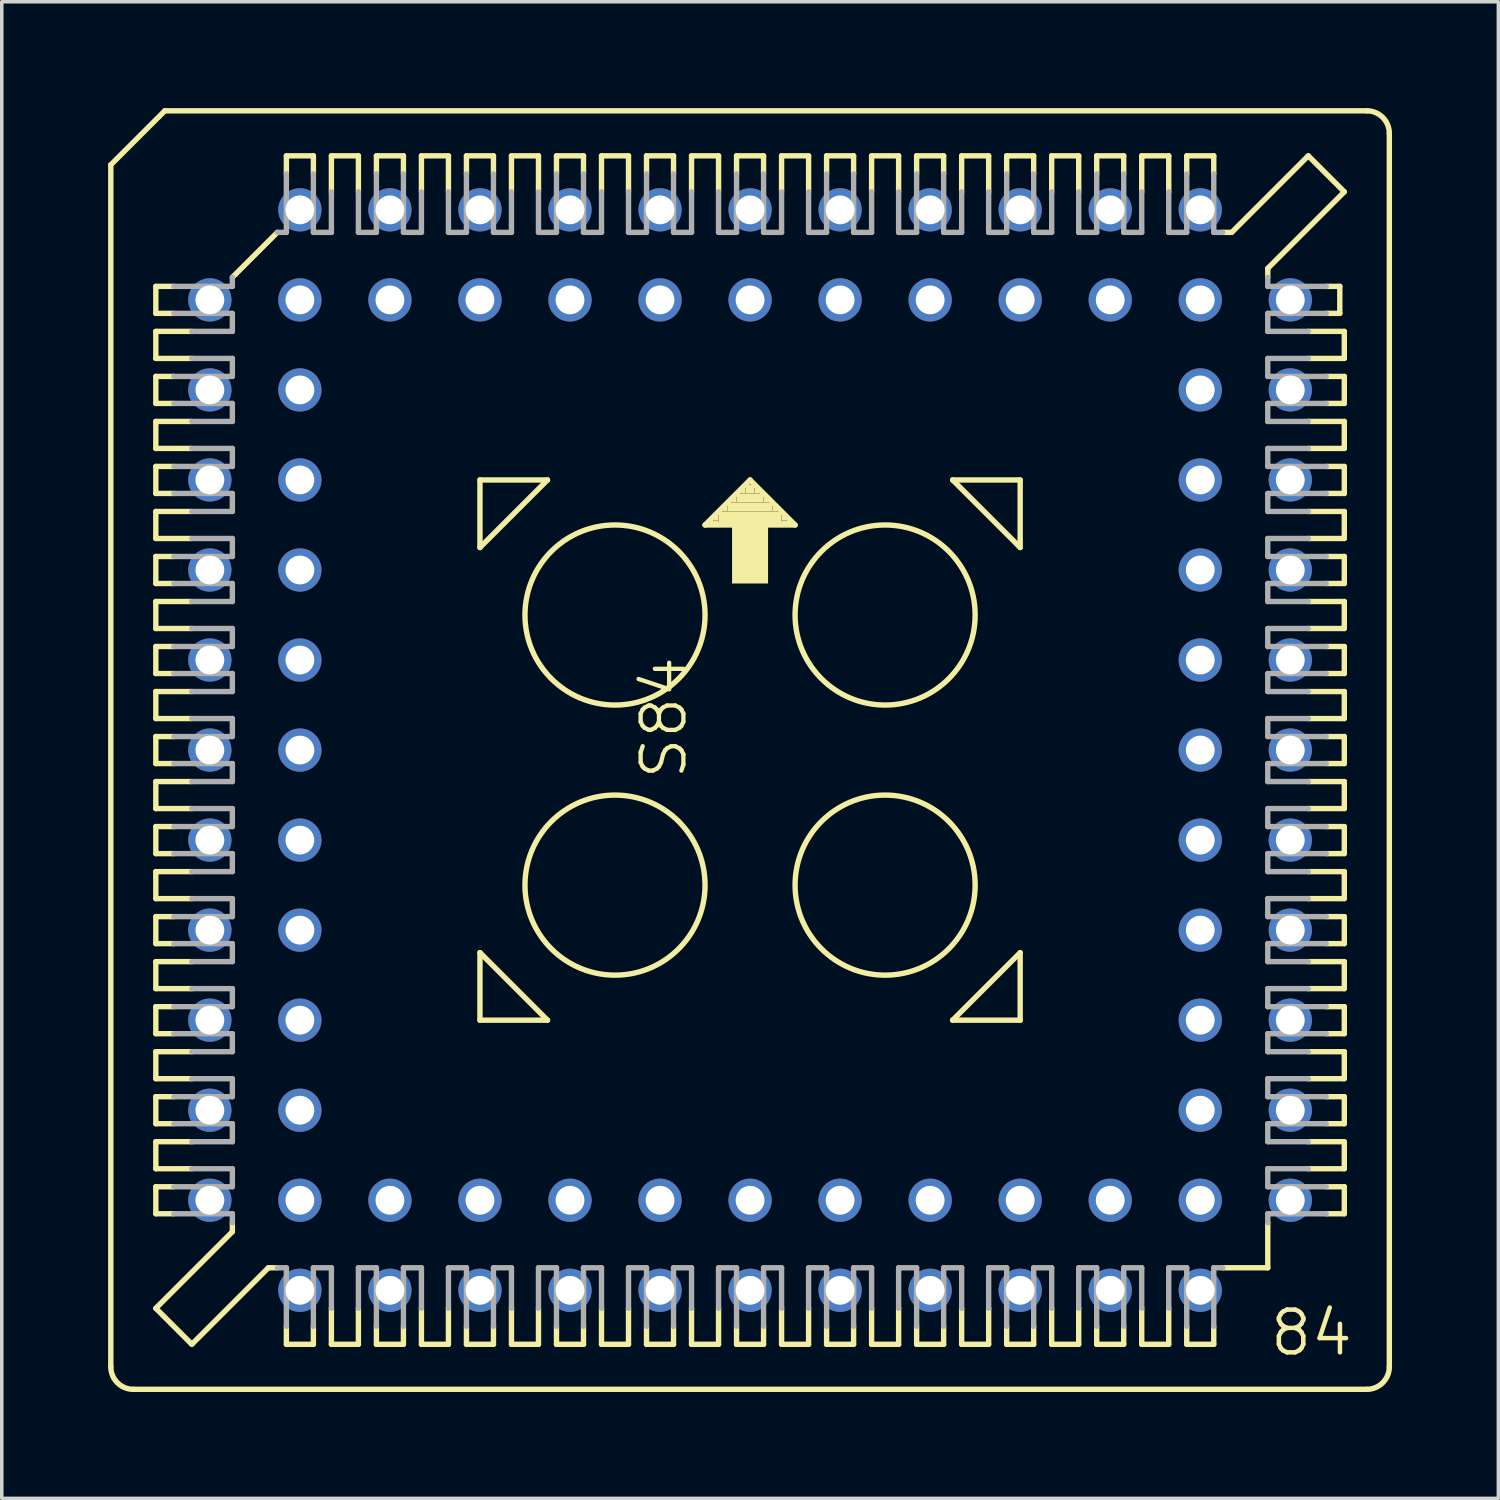
<source format=kicad_pcb>
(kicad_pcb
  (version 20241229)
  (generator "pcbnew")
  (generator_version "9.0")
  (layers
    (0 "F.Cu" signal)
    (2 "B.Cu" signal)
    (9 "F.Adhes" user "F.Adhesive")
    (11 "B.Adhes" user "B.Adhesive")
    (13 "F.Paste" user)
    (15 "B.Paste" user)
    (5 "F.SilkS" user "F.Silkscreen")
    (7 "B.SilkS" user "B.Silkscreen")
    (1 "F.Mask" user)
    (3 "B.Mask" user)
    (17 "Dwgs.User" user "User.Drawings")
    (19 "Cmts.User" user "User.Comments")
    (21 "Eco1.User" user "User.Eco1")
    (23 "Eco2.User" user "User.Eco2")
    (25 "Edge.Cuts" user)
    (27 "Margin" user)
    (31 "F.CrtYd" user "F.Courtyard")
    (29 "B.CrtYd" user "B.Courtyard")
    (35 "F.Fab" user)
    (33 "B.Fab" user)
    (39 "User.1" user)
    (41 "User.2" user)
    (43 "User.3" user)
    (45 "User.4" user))
  (footprint "S84"
    (layer "F.Cu")
    (at 18.11 18.11)
    (property "Reference" "S84" (at -1.727 0.889 90) (layer "F.SilkS") (effects (font (size 1.206 1.206) (thickness 0.121)) (justify left bottom)))
    (attr through_hole)
    (fp_line (start -18.034 -16.51) (end -18.034 17.399) (stroke (width 0.152) (type solid)) (layer "F.SilkS"))
    (fp_line (start -16.764 -13.081) (end -16.764 -12.319) (stroke (width 0.152) (type solid)) (layer "F.SilkS"))
    (fp_line (start -16.764 -12.319) (end -16.256 -12.319) (stroke (width 0.152) (type solid)) (layer "F.SilkS"))
    (fp_line (start -16.764 -11.811) (end -16.764 -11.049) (stroke (width 0.152) (type solid)) (layer "F.SilkS"))
    (fp_line (start -16.764 -11.049) (end -15.748 -11.049) (stroke (width 0.152) (type solid)) (layer "F.SilkS"))
    (fp_line (start -16.764 -10.541) (end -16.764 -9.779) (stroke (width 0.152) (type solid)) (layer "F.SilkS"))
    (fp_line (start -16.764 -9.779) (end -16.256 -9.779) (stroke (width 0.152) (type solid)) (layer "F.SilkS"))
    (fp_line (start -16.764 -9.271) (end -16.764 -8.509) (stroke (width 0.152) (type solid)) (layer "F.SilkS"))
    (fp_line (start -16.764 -8.509) (end -15.748 -8.509) (stroke (width 0.152) (type solid)) (layer "F.SilkS"))
    (fp_line (start -16.764 -8.001) (end -16.256 -8.001) (stroke (width 0.152) (type solid)) (layer "F.SilkS"))
    (fp_line (start -16.764 -7.239) (end -16.764 -8.001) (stroke (width 0.152) (type solid)) (layer "F.SilkS"))
    (fp_line (start -16.764 -6.731) (end -16.764 -5.969) (stroke (width 0.152) (type solid)) (layer "F.SilkS"))
    (fp_line (start -16.764 -5.969) (end -15.748 -5.969) (stroke (width 0.152) (type solid)) (layer "F.SilkS"))
    (fp_line (start -16.764 -5.461) (end -16.764 -4.699) (stroke (width 0.152) (type solid)) (layer "F.SilkS"))
    (fp_line (start -16.764 -4.699) (end -16.256 -4.699) (stroke (width 0.152) (type solid)) (layer "F.SilkS"))
    (fp_line (start -16.764 -4.191) (end -16.764 -3.429) (stroke (width 0.152) (type solid)) (layer "F.SilkS"))
    (fp_line (start -16.764 -3.429) (end -15.748 -3.429) (stroke (width 0.152) (type solid)) (layer "F.SilkS"))
    (fp_line (start -16.764 -2.921) (end -16.764 -2.159) (stroke (width 0.152) (type solid)) (layer "F.SilkS"))
    (fp_line (start -16.764 -2.159) (end -16.256 -2.159) (stroke (width 0.152) (type solid)) (layer "F.SilkS"))
    (fp_line (start -16.764 -1.651) (end -15.748 -1.651) (stroke (width 0.152) (type solid)) (layer "F.SilkS"))
    (fp_line (start -16.764 -0.889) (end -16.764 -1.651) (stroke (width 0.152) (type solid)) (layer "F.SilkS"))
    (fp_line (start -16.764 -0.381) (end -16.256 -0.381) (stroke (width 0.152) (type solid)) (layer "F.SilkS"))
    (fp_line (start -16.764 0.381) (end -16.764 -0.381) (stroke (width 0.152) (type solid)) (layer "F.SilkS"))
    (fp_line (start -16.764 0.889) (end -15.748 0.889) (stroke (width 0.152) (type solid)) (layer "F.SilkS"))
    (fp_line (start -16.764 1.651) (end -16.764 0.889) (stroke (width 0.152) (type solid)) (layer "F.SilkS"))
    (fp_line (start -16.764 2.159) (end -16.256 2.159) (stroke (width 0.152) (type solid)) (layer "F.SilkS"))
    (fp_line (start -16.764 2.921) (end -16.764 2.159) (stroke (width 0.152) (type solid)) (layer "F.SilkS"))
    (fp_line (start -16.764 3.429) (end -15.748 3.429) (stroke (width 0.152) (type solid)) (layer "F.SilkS"))
    (fp_line (start -16.764 4.191) (end -16.764 3.429) (stroke (width 0.152) (type solid)) (layer "F.SilkS"))
    (fp_line (start -16.764 4.699) (end -16.256 4.699) (stroke (width 0.152) (type solid)) (layer "F.SilkS"))
    (fp_line (start -16.764 5.461) (end -16.764 4.699) (stroke (width 0.152) (type solid)) (layer "F.SilkS"))
    (fp_line (start -16.764 5.969) (end -16.764 6.731) (stroke (width 0.152) (type solid)) (layer "F.SilkS"))
    (fp_line (start -16.764 6.731) (end -15.748 6.731) (stroke (width 0.152) (type solid)) (layer "F.SilkS"))
    (fp_line (start -16.764 7.239) (end -16.764 8.001) (stroke (width 0.152) (type solid)) (layer "F.SilkS"))
    (fp_line (start -16.764 8.001) (end -16.256 8.001) (stroke (width 0.152) (type solid)) (layer "F.SilkS"))
    (fp_line (start -16.764 8.509) (end -16.764 9.271) (stroke (width 0.152) (type solid)) (layer "F.SilkS"))
    (fp_line (start -16.764 9.271) (end -15.748 9.271) (stroke (width 0.152) (type solid)) (layer "F.SilkS"))
    (fp_line (start -16.764 9.779) (end -16.764 10.541) (stroke (width 0.152) (type solid)) (layer "F.SilkS"))
    (fp_line (start -16.764 10.541) (end -16.256 10.541) (stroke (width 0.152) (type solid)) (layer "F.SilkS"))
    (fp_line (start -16.764 11.049) (end -15.748 11.049) (stroke (width 0.152) (type solid)) (layer "F.SilkS"))
    (fp_line (start -16.764 11.811) (end -16.764 11.049) (stroke (width 0.152) (type solid)) (layer "F.SilkS"))
    (fp_line (start -16.764 12.319) (end -16.256 12.319) (stroke (width 0.152) (type solid)) (layer "F.SilkS"))
    (fp_line (start -16.764 13.081) (end -16.764 12.319) (stroke (width 0.152) (type solid)) (layer "F.SilkS"))
    (fp_line (start -16.764 15.748) (end -14.605 13.589) (stroke (width 0.152) (type solid)) (layer "F.SilkS"))
    (fp_line (start -16.51 -18.034) (end -18.034 -16.51) (stroke (width 0.152) (type solid)) (layer "F.SilkS"))
    (fp_line (start -16.256 -13.081) (end -16.764 -13.081) (stroke (width 0.152) (type solid)) (layer "F.SilkS"))
    (fp_line (start -16.256 -10.541) (end -16.764 -10.541) (stroke (width 0.152) (type solid)) (layer "F.SilkS"))
    (fp_line (start -16.256 -7.239) (end -16.764 -7.239) (stroke (width 0.152) (type solid)) (layer "F.SilkS"))
    (fp_line (start -16.256 -5.461) (end -16.764 -5.461) (stroke (width 0.152) (type solid)) (layer "F.SilkS"))
    (fp_line (start -16.256 -2.921) (end -16.764 -2.921) (stroke (width 0.152) (type solid)) (layer "F.SilkS"))
    (fp_line (start -16.256 0.381) (end -16.764 0.381) (stroke (width 0.152) (type solid)) (layer "F.SilkS"))
    (fp_line (start -16.256 2.921) (end -16.764 2.921) (stroke (width 0.152) (type solid)) (layer "F.SilkS"))
    (fp_line (start -16.256 5.461) (end -16.764 5.461) (stroke (width 0.152) (type solid)) (layer "F.SilkS"))
    (fp_line (start -16.256 7.239) (end -16.764 7.239) (stroke (width 0.152) (type solid)) (layer "F.SilkS"))
    (fp_line (start -16.256 9.779) (end -16.764 9.779) (stroke (width 0.152) (type solid)) (layer "F.SilkS"))
    (fp_line (start -16.256 13.081) (end -16.764 13.081) (stroke (width 0.152) (type solid)) (layer "F.SilkS"))
    (fp_line (start -15.748 -11.811) (end -16.764 -11.811) (stroke (width 0.152) (type solid)) (layer "F.SilkS"))
    (fp_line (start -15.748 -9.271) (end -16.764 -9.271) (stroke (width 0.152) (type solid)) (layer "F.SilkS"))
    (fp_line (start -15.748 -6.731) (end -16.764 -6.731) (stroke (width 0.152) (type solid)) (layer "F.SilkS"))
    (fp_line (start -15.748 -4.191) (end -16.764 -4.191) (stroke (width 0.152) (type solid)) (layer "F.SilkS"))
    (fp_line (start -15.748 -0.889) (end -16.764 -0.889) (stroke (width 0.152) (type solid)) (layer "F.SilkS"))
    (fp_line (start -15.748 1.651) (end -16.764 1.651) (stroke (width 0.152) (type solid)) (layer "F.SilkS"))
    (fp_line (start -15.748 4.191) (end -16.764 4.191) (stroke (width 0.152) (type solid)) (layer "F.SilkS"))
    (fp_line (start -15.748 5.969) (end -16.764 5.969) (stroke (width 0.152) (type solid)) (layer "F.SilkS"))
    (fp_line (start -15.748 8.509) (end -16.764 8.509) (stroke (width 0.152) (type solid)) (layer "F.SilkS"))
    (fp_line (start -15.748 11.811) (end -16.764 11.811) (stroke (width 0.152) (type solid)) (layer "F.SilkS"))
    (fp_line (start -15.748 16.764) (end -16.764 15.748) (stroke (width 0.152) (type solid)) (layer "F.SilkS"))
    (fp_line (start -15.748 16.764) (end -13.589 14.605) (stroke (width 0.152) (type solid)) (layer "F.SilkS"))
    (fp_line (start -14.605 -13.335) (end -13.335 -14.605) (stroke (width 0.152) (type solid)) (layer "F.SilkS"))
    (fp_line (start -14.605 13.589) (end -14.605 13.335) (stroke (width 0.152) (type solid)) (layer "F.SilkS"))
    (fp_line (start -13.589 14.605) (end -13.335 14.605) (stroke (width 0.152) (type solid)) (layer "F.SilkS"))
    (fp_line (start -13.081 -16.764) (end -13.081 -16.256) (stroke (width 0.152) (type solid)) (layer "F.SilkS"))
    (fp_line (start -13.081 16.256) (end -13.081 16.764) (stroke (width 0.152) (type solid)) (layer "F.SilkS"))
    (fp_line (start -13.081 16.764) (end -12.319 16.764) (stroke (width 0.152) (type solid)) (layer "F.SilkS"))
    (fp_line (start -12.319 -16.764) (end -13.081 -16.764) (stroke (width 0.152) (type solid)) (layer "F.SilkS"))
    (fp_line (start -12.319 -16.256) (end -12.319 -16.764) (stroke (width 0.152) (type solid)) (layer "F.SilkS"))
    (fp_line (start -12.319 16.764) (end -12.319 16.256) (stroke (width 0.152) (type solid)) (layer "F.SilkS"))
    (fp_line (start -11.811 -16.764) (end -11.049 -16.764) (stroke (width 0.152) (type solid)) (layer "F.SilkS"))
    (fp_line (start -11.811 -15.748) (end -11.811 -16.764) (stroke (width 0.152) (type solid)) (layer "F.SilkS"))
    (fp_line (start -11.811 15.748) (end -11.811 16.764) (stroke (width 0.152) (type solid)) (layer "F.SilkS"))
    (fp_line (start -11.811 16.764) (end -11.049 16.764) (stroke (width 0.152) (type solid)) (layer "F.SilkS"))
    (fp_line (start -11.049 -16.764) (end -11.049 -15.748) (stroke (width 0.152) (type solid)) (layer "F.SilkS"))
    (fp_line (start -11.049 16.764) (end -11.049 15.748) (stroke (width 0.152) (type solid)) (layer "F.SilkS"))
    (fp_line (start -10.541 -16.764) (end -10.541 -16.256) (stroke (width 0.152) (type solid)) (layer "F.SilkS"))
    (fp_line (start -10.541 16.256) (end -10.541 16.764) (stroke (width 0.152) (type solid)) (layer "F.SilkS"))
    (fp_line (start -10.541 16.764) (end -9.779 16.764) (stroke (width 0.152) (type solid)) (layer "F.SilkS"))
    (fp_line (start -9.779 -16.764) (end -10.541 -16.764) (stroke (width 0.152) (type solid)) (layer "F.SilkS"))
    (fp_line (start -9.779 -16.256) (end -9.779 -16.764) (stroke (width 0.152) (type solid)) (layer "F.SilkS"))
    (fp_line (start -9.779 16.764) (end -9.779 16.256) (stroke (width 0.152) (type solid)) (layer "F.SilkS"))
    (fp_line (start -9.271 -16.764) (end -9.271 -15.748) (stroke (width 0.152) (type solid)) (layer "F.SilkS"))
    (fp_line (start -9.271 15.748) (end -9.271 16.764) (stroke (width 0.152) (type solid)) (layer "F.SilkS"))
    (fp_line (start -9.271 16.764) (end -8.509 16.764) (stroke (width 0.152) (type solid)) (layer "F.SilkS"))
    (fp_line (start -8.509 -16.764) (end -9.271 -16.764) (stroke (width 0.152) (type solid)) (layer "F.SilkS"))
    (fp_line (start -8.509 -15.748) (end -8.509 -16.764) (stroke (width 0.152) (type solid)) (layer "F.SilkS"))
    (fp_line (start -8.509 16.764) (end -8.509 15.748) (stroke (width 0.152) (type solid)) (layer "F.SilkS"))
    (fp_line (start -8.001 -16.764) (end -8.001 -16.256) (stroke (width 0.152) (type solid)) (layer "F.SilkS"))
    (fp_line (start -8.001 16.764) (end -8.001 16.256) (stroke (width 0.152) (type solid)) (layer "F.SilkS"))
    (fp_line (start -7.62 -7.62) (end -5.715 -7.62) (stroke (width 0.152) (type solid)) (layer "F.SilkS"))
    (fp_line (start -7.62 -5.715) (end -7.62 -7.62) (stroke (width 0.152) (type solid)) (layer "F.SilkS"))
    (fp_line (start -7.62 5.715) (end -5.715 7.62) (stroke (width 0.152) (type solid)) (layer "F.SilkS"))
    (fp_line (start -7.62 7.62) (end -7.62 5.715) (stroke (width 0.152) (type solid)) (layer "F.SilkS"))
    (fp_line (start -7.239 -16.764) (end -8.001 -16.764) (stroke (width 0.152) (type solid)) (layer "F.SilkS"))
    (fp_line (start -7.239 -16.256) (end -7.239 -16.764) (stroke (width 0.152) (type solid)) (layer "F.SilkS"))
    (fp_line (start -7.239 16.256) (end -7.239 16.764) (stroke (width 0.152) (type solid)) (layer "F.SilkS"))
    (fp_line (start -7.239 16.764) (end -8.001 16.764) (stroke (width 0.152) (type solid)) (layer "F.SilkS"))
    (fp_line (start -6.731 -16.764) (end -6.731 -15.748) (stroke (width 0.152) (type solid)) (layer "F.SilkS"))
    (fp_line (start -6.731 15.748) (end -6.731 16.764) (stroke (width 0.152) (type solid)) (layer "F.SilkS"))
    (fp_line (start -6.731 16.764) (end -5.969 16.764) (stroke (width 0.152) (type solid)) (layer "F.SilkS"))
    (fp_line (start -5.969 -16.764) (end -6.731 -16.764) (stroke (width 0.152) (type solid)) (layer "F.SilkS"))
    (fp_line (start -5.969 -15.748) (end -5.969 -16.764) (stroke (width 0.152) (type solid)) (layer "F.SilkS"))
    (fp_line (start -5.969 16.764) (end -5.969 15.748) (stroke (width 0.152) (type solid)) (layer "F.SilkS"))
    (fp_line (start -5.715 -7.62) (end -7.62 -5.715) (stroke (width 0.152) (type solid)) (layer "F.SilkS"))
    (fp_line (start -5.715 7.62) (end -7.62 7.62) (stroke (width 0.152) (type solid)) (layer "F.SilkS"))
    (fp_line (start -5.461 -16.764) (end -5.461 -16.256) (stroke (width 0.152) (type solid)) (layer "F.SilkS"))
    (fp_line (start -5.461 16.256) (end -5.461 16.764) (stroke (width 0.152) (type solid)) (layer "F.SilkS"))
    (fp_line (start -5.461 16.764) (end -4.699 16.764) (stroke (width 0.152) (type solid)) (layer "F.SilkS"))
    (fp_line (start -4.699 -16.764) (end -5.461 -16.764) (stroke (width 0.152) (type solid)) (layer "F.SilkS"))
    (fp_line (start -4.699 -16.256) (end -4.699 -16.764) (stroke (width 0.152) (type solid)) (layer "F.SilkS"))
    (fp_line (start -4.699 16.764) (end -4.699 16.256) (stroke (width 0.152) (type solid)) (layer "F.SilkS"))
    (fp_line (start -4.191 -16.764) (end -4.191 -15.748) (stroke (width 0.152) (type solid)) (layer "F.SilkS"))
    (fp_line (start -4.191 15.748) (end -4.191 16.764) (stroke (width 0.152) (type solid)) (layer "F.SilkS"))
    (fp_line (start -4.191 16.764) (end -3.429 16.764) (stroke (width 0.152) (type solid)) (layer "F.SilkS"))
    (fp_line (start -3.429 -16.764) (end -4.191 -16.764) (stroke (width 0.152) (type solid)) (layer "F.SilkS"))
    (fp_line (start -3.429 -15.748) (end -3.429 -16.764) (stroke (width 0.152) (type solid)) (layer "F.SilkS"))
    (fp_line (start -3.429 16.764) (end -3.429 15.748) (stroke (width 0.152) (type solid)) (layer "F.SilkS"))
    (fp_line (start -2.921 -16.764) (end -2.921 -16.256) (stroke (width 0.152) (type solid)) (layer "F.SilkS"))
    (fp_line (start -2.921 16.256) (end -2.921 16.764) (stroke (width 0.152) (type solid)) (layer "F.SilkS"))
    (fp_line (start -2.921 16.764) (end -2.159 16.764) (stroke (width 0.152) (type solid)) (layer "F.SilkS"))
    (fp_line (start -2.159 -16.764) (end -2.921 -16.764) (stroke (width 0.152) (type solid)) (layer "F.SilkS"))
    (fp_line (start -2.159 -16.256) (end -2.159 -16.764) (stroke (width 0.152) (type solid)) (layer "F.SilkS"))
    (fp_line (start -2.159 16.764) (end -2.159 16.256) (stroke (width 0.152) (type solid)) (layer "F.SilkS"))
    (fp_line (start -1.651 -16.764) (end -1.651 -15.748) (stroke (width 0.152) (type solid)) (layer "F.SilkS"))
    (fp_line (start -1.651 15.748) (end -1.651 16.764) (stroke (width 0.152) (type solid)) (layer "F.SilkS"))
    (fp_line (start -1.651 16.764) (end -0.889 16.764) (stroke (width 0.152) (type solid)) (layer "F.SilkS"))
    (fp_line (start -1.27 -6.35) (end 1.27 -6.35) (stroke (width 0.152) (type solid)) (layer "F.SilkS"))
    (fp_line (start -0.889 -16.764) (end -1.651 -16.764) (stroke (width 0.152) (type solid)) (layer "F.SilkS"))
    (fp_line (start -0.889 -15.748) (end -0.889 -16.764) (stroke (width 0.152) (type solid)) (layer "F.SilkS"))
    (fp_line (start -0.889 16.764) (end -0.889 15.748) (stroke (width 0.152) (type solid)) (layer "F.SilkS"))
    (fp_line (start -0.381 -16.764) (end -0.381 -16.256) (stroke (width 0.152) (type solid)) (layer "F.SilkS"))
    (fp_line (start -0.381 16.256) (end -0.381 16.764) (stroke (width 0.152) (type solid)) (layer "F.SilkS"))
    (fp_line (start -0.381 16.764) (end 0.381 16.764) (stroke (width 0.152) (type solid)) (layer "F.SilkS"))
    (fp_line (start 0 -7.62) (end -1.27 -6.35) (stroke (width 0.152) (type solid)) (layer "F.SilkS"))
    (fp_line (start 0.381 -16.764) (end -0.381 -16.764) (stroke (width 0.152) (type solid)) (layer "F.SilkS"))
    (fp_line (start 0.381 -16.256) (end 0.381 -16.764) (stroke (width 0.152) (type solid)) (layer "F.SilkS"))
    (fp_line (start 0.381 16.764) (end 0.381 16.256) (stroke (width 0.152) (type solid)) (layer "F.SilkS"))
    (fp_line (start 0.889 -16.764) (end 0.889 -15.748) (stroke (width 0.152) (type solid)) (layer "F.SilkS"))
    (fp_line (start 0.889 15.748) (end 0.889 16.764) (stroke (width 0.152) (type solid)) (layer "F.SilkS"))
    (fp_line (start 0.889 16.764) (end 1.651 16.764) (stroke (width 0.152) (type solid)) (layer "F.SilkS"))
    (fp_line (start 1.27 -6.35) (end 0 -7.62) (stroke (width 0.152) (type solid)) (layer "F.SilkS"))
    (fp_line (start 1.651 -16.764) (end 0.889 -16.764) (stroke (width 0.152) (type solid)) (layer "F.SilkS"))
    (fp_line (start 1.651 -15.748) (end 1.651 -16.764) (stroke (width 0.152) (type solid)) (layer "F.SilkS"))
    (fp_line (start 1.651 16.764) (end 1.651 15.748) (stroke (width 0.152) (type solid)) (layer "F.SilkS"))
    (fp_line (start 2.159 -16.764) (end 2.159 -16.256) (stroke (width 0.152) (type solid)) (layer "F.SilkS"))
    (fp_line (start 2.159 16.256) (end 2.159 16.764) (stroke (width 0.152) (type solid)) (layer "F.SilkS"))
    (fp_line (start 2.159 16.764) (end 2.921 16.764) (stroke (width 0.152) (type solid)) (layer "F.SilkS"))
    (fp_line (start 2.921 -16.764) (end 2.159 -16.764) (stroke (width 0.152) (type solid)) (layer "F.SilkS"))
    (fp_line (start 2.921 -16.256) (end 2.921 -16.764) (stroke (width 0.152) (type solid)) (layer "F.SilkS"))
    (fp_line (start 2.921 16.764) (end 2.921 16.256) (stroke (width 0.152) (type solid)) (layer "F.SilkS"))
    (fp_line (start 3.429 -16.764) (end 3.429 -15.748) (stroke (width 0.152) (type solid)) (layer "F.SilkS"))
    (fp_line (start 3.429 15.748) (end 3.429 16.764) (stroke (width 0.152) (type solid)) (layer "F.SilkS"))
    (fp_line (start 3.429 16.764) (end 4.191 16.764) (stroke (width 0.152) (type solid)) (layer "F.SilkS"))
    (fp_line (start 4.191 -16.764) (end 3.429 -16.764) (stroke (width 0.152) (type solid)) (layer "F.SilkS"))
    (fp_line (start 4.191 -15.748) (end 4.191 -16.764) (stroke (width 0.152) (type solid)) (layer "F.SilkS"))
    (fp_line (start 4.191 16.764) (end 4.191 15.748) (stroke (width 0.152) (type solid)) (layer "F.SilkS"))
    (fp_line (start 4.699 -16.764) (end 4.699 -16.256) (stroke (width 0.152) (type solid)) (layer "F.SilkS"))
    (fp_line (start 4.699 16.256) (end 4.699 16.764) (stroke (width 0.152) (type solid)) (layer "F.SilkS"))
    (fp_line (start 4.699 16.764) (end 5.461 16.764) (stroke (width 0.152) (type solid)) (layer "F.SilkS"))
    (fp_line (start 5.461 -16.764) (end 4.699 -16.764) (stroke (width 0.152) (type solid)) (layer "F.SilkS"))
    (fp_line (start 5.461 -16.256) (end 5.461 -16.764) (stroke (width 0.152) (type solid)) (layer "F.SilkS"))
    (fp_line (start 5.461 16.764) (end 5.461 16.256) (stroke (width 0.152) (type solid)) (layer "F.SilkS"))
    (fp_line (start 5.715 -7.62) (end 7.62 -5.715) (stroke (width 0.152) (type solid)) (layer "F.SilkS"))
    (fp_line (start 5.715 7.62) (end 7.62 7.62) (stroke (width 0.152) (type solid)) (layer "F.SilkS"))
    (fp_line (start 5.969 -16.764) (end 5.969 -15.748) (stroke (width 0.152) (type solid)) (layer "F.SilkS"))
    (fp_line (start 5.969 15.748) (end 5.969 16.764) (stroke (width 0.152) (type solid)) (layer "F.SilkS"))
    (fp_line (start 5.969 16.764) (end 6.731 16.764) (stroke (width 0.152) (type solid)) (layer "F.SilkS"))
    (fp_line (start 6.731 -16.764) (end 5.969 -16.764) (stroke (width 0.152) (type solid)) (layer "F.SilkS"))
    (fp_line (start 6.731 -15.748) (end 6.731 -16.764) (stroke (width 0.152) (type solid)) (layer "F.SilkS"))
    (fp_line (start 6.731 16.764) (end 6.731 15.748) (stroke (width 0.152) (type solid)) (layer "F.SilkS"))
    (fp_line (start 7.239 -16.764) (end 8.001 -16.764) (stroke (width 0.152) (type solid)) (layer "F.SilkS"))
    (fp_line (start 7.239 -16.256) (end 7.239 -16.764) (stroke (width 0.152) (type solid)) (layer "F.SilkS"))
    (fp_line (start 7.239 16.256) (end 7.239 16.764) (stroke (width 0.152) (type solid)) (layer "F.SilkS"))
    (fp_line (start 7.239 16.764) (end 8.001 16.764) (stroke (width 0.152) (type solid)) (layer "F.SilkS"))
    (fp_line (start 7.62 -7.62) (end 5.715 -7.62) (stroke (width 0.152) (type solid)) (layer "F.SilkS"))
    (fp_line (start 7.62 -5.715) (end 7.62 -7.62) (stroke (width 0.152) (type solid)) (layer "F.SilkS"))
    (fp_line (start 7.62 5.715) (end 5.715 7.62) (stroke (width 0.152) (type solid)) (layer "F.SilkS"))
    (fp_line (start 7.62 7.62) (end 7.62 5.715) (stroke (width 0.152) (type solid)) (layer "F.SilkS"))
    (fp_line (start 8.001 -16.764) (end 8.001 -16.256) (stroke (width 0.152) (type solid)) (layer "F.SilkS"))
    (fp_line (start 8.001 16.764) (end 8.001 16.256) (stroke (width 0.152) (type solid)) (layer "F.SilkS"))
    (fp_line (start 8.509 -16.764) (end 8.509 -15.748) (stroke (width 0.152) (type solid)) (layer "F.SilkS"))
    (fp_line (start 8.509 15.748) (end 8.509 16.764) (stroke (width 0.152) (type solid)) (layer "F.SilkS"))
    (fp_line (start 8.509 16.764) (end 9.271 16.764) (stroke (width 0.152) (type solid)) (layer "F.SilkS"))
    (fp_line (start 9.271 -16.764) (end 8.509 -16.764) (stroke (width 0.152) (type solid)) (layer "F.SilkS"))
    (fp_line (start 9.271 -15.748) (end 9.271 -16.764) (stroke (width 0.152) (type solid)) (layer "F.SilkS"))
    (fp_line (start 9.271 16.764) (end 9.271 15.748) (stroke (width 0.152) (type solid)) (layer "F.SilkS"))
    (fp_line (start 9.779 -16.764) (end 9.779 -16.256) (stroke (width 0.152) (type solid)) (layer "F.SilkS"))
    (fp_line (start 9.779 16.256) (end 9.779 16.764) (stroke (width 0.152) (type solid)) (layer "F.SilkS"))
    (fp_line (start 9.779 16.764) (end 10.541 16.764) (stroke (width 0.152) (type solid)) (layer "F.SilkS"))
    (fp_line (start 10.541 -16.764) (end 9.779 -16.764) (stroke (width 0.152) (type solid)) (layer "F.SilkS"))
    (fp_line (start 10.541 -16.256) (end 10.541 -16.764) (stroke (width 0.152) (type solid)) (layer "F.SilkS"))
    (fp_line (start 10.541 16.764) (end 10.541 16.256) (stroke (width 0.152) (type solid)) (layer "F.SilkS"))
    (fp_line (start 11.049 -16.764) (end 11.049 -15.748) (stroke (width 0.152) (type solid)) (layer "F.SilkS"))
    (fp_line (start 11.049 16.764) (end 11.049 15.748) (stroke (width 0.152) (type solid)) (layer "F.SilkS"))
    (fp_line (start 11.811 -16.764) (end 11.049 -16.764) (stroke (width 0.152) (type solid)) (layer "F.SilkS"))
    (fp_line (start 11.811 -15.748) (end 11.811 -16.764) (stroke (width 0.152) (type solid)) (layer "F.SilkS"))
    (fp_line (start 11.811 15.748) (end 11.811 16.764) (stroke (width 0.152) (type solid)) (layer "F.SilkS"))
    (fp_line (start 11.811 16.764) (end 11.049 16.764) (stroke (width 0.152) (type solid)) (layer "F.SilkS"))
    (fp_line (start 12.319 -16.764) (end 12.319 -16.256) (stroke (width 0.152) (type solid)) (layer "F.SilkS"))
    (fp_line (start 12.319 16.256) (end 12.319 16.764) (stroke (width 0.152) (type solid)) (layer "F.SilkS"))
    (fp_line (start 12.319 16.764) (end 13.081 16.764) (stroke (width 0.152) (type solid)) (layer "F.SilkS"))
    (fp_line (start 13.081 -16.764) (end 12.319 -16.764) (stroke (width 0.152) (type solid)) (layer "F.SilkS"))
    (fp_line (start 13.081 -16.256) (end 13.081 -16.764) (stroke (width 0.152) (type solid)) (layer "F.SilkS"))
    (fp_line (start 13.081 16.764) (end 13.081 16.256) (stroke (width 0.152) (type solid)) (layer "F.SilkS"))
    (fp_line (start 13.335 14.605) (end 14.605 14.605) (stroke (width 0.152) (type solid)) (layer "F.SilkS"))
    (fp_line (start 13.589 -14.605) (end 13.335 -14.605) (stroke (width 0.152) (type solid)) (layer "F.SilkS"))
    (fp_line (start 14.605 -13.589) (end 14.605 -13.335) (stroke (width 0.152) (type solid)) (layer "F.SilkS"))
    (fp_line (start 14.605 14.605) (end 14.605 13.335) (stroke (width 0.152) (type solid)) (layer "F.SilkS"))
    (fp_line (start 15.748 -16.764) (end 13.589 -14.605) (stroke (width 0.152) (type solid)) (layer "F.SilkS"))
    (fp_line (start 15.748 -11.811) (end 16.764 -11.811) (stroke (width 0.152) (type solid)) (layer "F.SilkS"))
    (fp_line (start 15.748 -8.509) (end 16.764 -8.509) (stroke (width 0.152) (type solid)) (layer "F.SilkS"))
    (fp_line (start 15.748 -5.969) (end 16.764 -5.969) (stroke (width 0.152) (type solid)) (layer "F.SilkS"))
    (fp_line (start 15.748 -4.191) (end 16.764 -4.191) (stroke (width 0.152) (type solid)) (layer "F.SilkS"))
    (fp_line (start 15.748 -1.651) (end 16.764 -1.651) (stroke (width 0.152) (type solid)) (layer "F.SilkS"))
    (fp_line (start 15.748 0.889) (end 16.764 0.889) (stroke (width 0.152) (type solid)) (layer "F.SilkS"))
    (fp_line (start 15.748 4.191) (end 16.764 4.191) (stroke (width 0.152) (type solid)) (layer "F.SilkS"))
    (fp_line (start 15.748 6.731) (end 16.764 6.731) (stroke (width 0.152) (type solid)) (layer "F.SilkS"))
    (fp_line (start 15.748 9.271) (end 16.764 9.271) (stroke (width 0.152) (type solid)) (layer "F.SilkS"))
    (fp_line (start 15.748 11.811) (end 16.764 11.811) (stroke (width 0.152) (type solid)) (layer "F.SilkS"))
    (fp_line (start 16.256 -13.081) (end 16.637 -13.081) (stroke (width 0.152) (type solid)) (layer "F.SilkS"))
    (fp_line (start 16.256 -9.779) (end 16.764 -9.779) (stroke (width 0.152) (type solid)) (layer "F.SilkS"))
    (fp_line (start 16.256 -7.239) (end 16.764 -7.239) (stroke (width 0.152) (type solid)) (layer "F.SilkS"))
    (fp_line (start 16.256 -5.461) (end 16.764 -5.461) (stroke (width 0.152) (type solid)) (layer "F.SilkS"))
    (fp_line (start 16.256 -2.921) (end 16.764 -2.921) (stroke (width 0.152) (type solid)) (layer "F.SilkS"))
    (fp_line (start 16.256 -0.381) (end 16.764 -0.381) (stroke (width 0.152) (type solid)) (layer "F.SilkS"))
    (fp_line (start 16.256 2.921) (end 16.764 2.921) (stroke (width 0.152) (type solid)) (layer "F.SilkS"))
    (fp_line (start 16.256 5.461) (end 16.764 5.461) (stroke (width 0.152) (type solid)) (layer "F.SilkS"))
    (fp_line (start 16.256 7.239) (end 16.764 7.239) (stroke (width 0.152) (type solid)) (layer "F.SilkS"))
    (fp_line (start 16.256 10.541) (end 16.764 10.541) (stroke (width 0.152) (type solid)) (layer "F.SilkS"))
    (fp_line (start 16.256 13.081) (end 16.764 13.081) (stroke (width 0.152) (type solid)) (layer "F.SilkS"))
    (fp_line (start 16.637 -13.081) (end 16.637 -12.319) (stroke (width 0.152) (type solid)) (layer "F.SilkS"))
    (fp_line (start 16.637 -12.319) (end 16.256 -12.319) (stroke (width 0.152) (type solid)) (layer "F.SilkS"))
    (fp_line (start 16.764 -15.748) (end 14.605 -13.589) (stroke (width 0.152) (type solid)) (layer "F.SilkS"))
    (fp_line (start 16.764 -15.748) (end 15.748 -16.764) (stroke (width 0.152) (type solid)) (layer "F.SilkS"))
    (fp_line (start 16.764 -11.811) (end 16.764 -11.049) (stroke (width 0.152) (type solid)) (layer "F.SilkS"))
    (fp_line (start 16.764 -11.049) (end 15.748 -11.049) (stroke (width 0.152) (type solid)) (layer "F.SilkS"))
    (fp_line (start 16.764 -10.541) (end 16.256 -10.541) (stroke (width 0.152) (type solid)) (layer "F.SilkS"))
    (fp_line (start 16.764 -9.779) (end 16.764 -10.541) (stroke (width 0.152) (type solid)) (layer "F.SilkS"))
    (fp_line (start 16.764 -9.271) (end 15.748 -9.271) (stroke (width 0.152) (type solid)) (layer "F.SilkS"))
    (fp_line (start 16.764 -8.509) (end 16.764 -9.271) (stroke (width 0.152) (type solid)) (layer "F.SilkS"))
    (fp_line (start 16.764 -8.001) (end 16.256 -8.001) (stroke (width 0.152) (type solid)) (layer "F.SilkS"))
    (fp_line (start 16.764 -7.239) (end 16.764 -8.001) (stroke (width 0.152) (type solid)) (layer "F.SilkS"))
    (fp_line (start 16.764 -6.731) (end 15.748 -6.731) (stroke (width 0.152) (type solid)) (layer "F.SilkS"))
    (fp_line (start 16.764 -5.969) (end 16.764 -6.731) (stroke (width 0.152) (type solid)) (layer "F.SilkS"))
    (fp_line (start 16.764 -5.461) (end 16.764 -4.699) (stroke (width 0.152) (type solid)) (layer "F.SilkS"))
    (fp_line (start 16.764 -4.699) (end 16.256 -4.699) (stroke (width 0.152) (type solid)) (layer "F.SilkS"))
    (fp_line (start 16.764 -4.191) (end 16.764 -3.429) (stroke (width 0.152) (type solid)) (layer "F.SilkS"))
    (fp_line (start 16.764 -3.429) (end 15.748 -3.429) (stroke (width 0.152) (type solid)) (layer "F.SilkS"))
    (fp_line (start 16.764 -2.921) (end 16.764 -2.159) (stroke (width 0.152) (type solid)) (layer "F.SilkS"))
    (fp_line (start 16.764 -2.159) (end 16.256 -2.159) (stroke (width 0.152) (type solid)) (layer "F.SilkS"))
    (fp_line (start 16.764 -1.651) (end 16.764 -0.889) (stroke (width 0.152) (type solid)) (layer "F.SilkS"))
    (fp_line (start 16.764 -0.889) (end 15.748 -0.889) (stroke (width 0.152) (type solid)) (layer "F.SilkS"))
    (fp_line (start 16.764 -0.381) (end 16.764 0.381) (stroke (width 0.152) (type solid)) (layer "F.SilkS"))
    (fp_line (start 16.764 0.381) (end 16.256 0.381) (stroke (width 0.152) (type solid)) (layer "F.SilkS"))
    (fp_line (start 16.764 0.889) (end 16.764 1.651) (stroke (width 0.152) (type solid)) (layer "F.SilkS"))
    (fp_line (start 16.764 1.651) (end 15.748 1.651) (stroke (width 0.152) (type solid)) (layer "F.SilkS"))
    (fp_line (start 16.764 2.159) (end 16.256 2.159) (stroke (width 0.152) (type solid)) (layer "F.SilkS"))
    (fp_line (start 16.764 2.921) (end 16.764 2.159) (stroke (width 0.152) (type solid)) (layer "F.SilkS"))
    (fp_line (start 16.764 3.429) (end 15.748 3.429) (stroke (width 0.152) (type solid)) (layer "F.SilkS"))
    (fp_line (start 16.764 4.191) (end 16.764 3.429) (stroke (width 0.152) (type solid)) (layer "F.SilkS"))
    (fp_line (start 16.764 4.699) (end 16.256 4.699) (stroke (width 0.152) (type solid)) (layer "F.SilkS"))
    (fp_line (start 16.764 5.461) (end 16.764 4.699) (stroke (width 0.152) (type solid)) (layer "F.SilkS"))
    (fp_line (start 16.764 5.969) (end 15.748 5.969) (stroke (width 0.152) (type solid)) (layer "F.SilkS"))
    (fp_line (start 16.764 6.731) (end 16.764 5.969) (stroke (width 0.152) (type solid)) (layer "F.SilkS"))
    (fp_line (start 16.764 7.239) (end 16.764 8.001) (stroke (width 0.152) (type solid)) (layer "F.SilkS"))
    (fp_line (start 16.764 8.001) (end 16.256 8.001) (stroke (width 0.152) (type solid)) (layer "F.SilkS"))
    (fp_line (start 16.764 8.509) (end 15.748 8.509) (stroke (width 0.152) (type solid)) (layer "F.SilkS"))
    (fp_line (start 16.764 9.271) (end 16.764 8.509) (stroke (width 0.152) (type solid)) (layer "F.SilkS"))
    (fp_line (start 16.764 9.779) (end 16.256 9.779) (stroke (width 0.152) (type solid)) (layer "F.SilkS"))
    (fp_line (start 16.764 10.541) (end 16.764 9.779) (stroke (width 0.152) (type solid)) (layer "F.SilkS"))
    (fp_line (start 16.764 11.049) (end 15.748 11.049) (stroke (width 0.152) (type solid)) (layer "F.SilkS"))
    (fp_line (start 16.764 11.811) (end 16.764 11.049) (stroke (width 0.152) (type solid)) (layer "F.SilkS"))
    (fp_line (start 16.764 12.319) (end 16.256 12.319) (stroke (width 0.152) (type solid)) (layer "F.SilkS"))
    (fp_line (start 16.764 13.081) (end 16.764 12.319) (stroke (width 0.152) (type solid)) (layer "F.SilkS"))
    (fp_line (start 17.399 -18.034) (end -16.51 -18.034) (stroke (width 0.152) (type solid)) (layer "F.SilkS"))
    (fp_line (start 17.399 18.034) (end -17.399 18.034) (stroke (width 0.152) (type solid)) (layer "F.SilkS"))
    (fp_line (start 18.034 -17.399) (end 18.034 17.399) (stroke (width 0.152) (type solid)) (layer "F.SilkS"))
    (fp_arc (start -17.399 18.034) (mid -17.848013 17.848013) (end -18.034 17.399) (stroke (width 0.1524) (type solid)) (layer "F.SilkS"))
    (fp_arc (start 17.399 -18.034) (mid 17.848013 -17.848013) (end 18.034 -17.399) (stroke (width 0.1524) (type solid)) (layer "F.SilkS"))
    (fp_arc (start 18.034 17.399) (mid 17.848013 17.848013) (end 17.399 18.034) (stroke (width 0.1524) (type solid)) (layer "F.SilkS"))
    (fp_circle (center -3.81 -3.81) (end -1.27 -3.81) (stroke (width 0.152) (type solid)) (fill no) (layer "F.SilkS"))
    (fp_circle (center -3.81 3.81) (end -1.27 3.81) (stroke (width 0.152) (type solid)) (fill no) (layer "F.SilkS"))
    (fp_circle (center 3.81 -3.81) (end 6.35 -3.81) (stroke (width 0.152) (type solid)) (fill no) (layer "F.SilkS"))
    (fp_circle (center 3.81 3.81) (end 6.35 3.81) (stroke (width 0.152) (type solid)) (fill no) (layer "F.SilkS"))
    (fp_poly (pts (xy -1.143 -6.35) (xy -0.889 -6.35) (xy -0.889 -6.477) (xy -1.143 -6.477)) (stroke (width 0) (type solid)) (fill yes) (layer "F.SilkS"))
    (fp_poly (pts (xy -1.016 -6.477) (xy -0.889 -6.477) (xy -0.889 -6.604) (xy -1.016 -6.604)) (stroke (width 0) (type solid)) (fill yes) (layer "F.SilkS"))
    (fp_poly (pts (xy -0.889 -6.35) (xy 0.889 -6.35) (xy 0.889 -6.731) (xy -0.889 -6.731)) (stroke (width 0) (type solid)) (fill yes) (layer "F.SilkS"))
    (fp_poly (pts (xy -0.762 -6.731) (xy -0.635 -6.731) (xy -0.635 -6.858) (xy -0.762 -6.858)) (stroke (width 0) (type solid)) (fill yes) (layer "F.SilkS"))
    (fp_poly (pts (xy -0.635 -6.731) (xy 0.635 -6.731) (xy 0.635 -6.985) (xy -0.635 -6.985)) (stroke (width 0) (type solid)) (fill yes) (layer "F.SilkS"))
    (fp_poly (pts (xy -0.508 -6.985) (xy -0.381 -6.985) (xy -0.381 -7.112) (xy -0.508 -7.112)) (stroke (width 0) (type solid)) (fill yes) (layer "F.SilkS"))
    (fp_poly (pts (xy -0.508 -4.699) (xy 0.508 -4.699) (xy 0.508 -6.604) (xy -0.508 -6.604)) (stroke (width 0) (type solid)) (fill yes) (layer "F.SilkS"))
    (fp_poly (pts (xy -0.381 -6.985) (xy 0.381 -6.985) (xy 0.381 -7.239) (xy -0.381 -7.239)) (stroke (width 0) (type solid)) (fill yes) (layer "F.SilkS"))
    (fp_poly (pts (xy -0.254 -7.239) (xy -0.127 -7.239) (xy -0.127 -7.366) (xy -0.254 -7.366)) (stroke (width 0) (type solid)) (fill yes) (layer "F.SilkS"))
    (fp_poly (pts (xy -0.127 -7.239) (xy 0.127 -7.239) (xy 0.127 -7.493) (xy -0.127 -7.493)) (stroke (width 0) (type solid)) (fill yes) (layer "F.SilkS"))
    (fp_poly (pts (xy 0.127 -7.239) (xy 0.254 -7.239) (xy 0.254 -7.366) (xy 0.127 -7.366)) (stroke (width 0) (type solid)) (fill yes) (layer "F.SilkS"))
    (fp_poly (pts (xy 0.381 -6.985) (xy 0.508 -6.985) (xy 0.508 -7.112) (xy 0.381 -7.112)) (stroke (width 0) (type solid)) (fill yes) (layer "F.SilkS"))
    (fp_poly (pts (xy 0.635 -6.731) (xy 0.762 -6.731) (xy 0.762 -6.858) (xy 0.635 -6.858)) (stroke (width 0) (type solid)) (fill yes) (layer "F.SilkS"))
    (fp_poly (pts (xy 0.889 -6.477) (xy 1.016 -6.477) (xy 1.016 -6.604) (xy 0.889 -6.604)) (stroke (width 0) (type solid)) (fill yes) (layer "F.SilkS"))
    (fp_poly (pts (xy 0.889 -6.35) (xy 1.143 -6.35) (xy 1.143 -6.477) (xy 0.889 -6.477)) (stroke (width 0) (type solid)) (fill yes) (layer "F.SilkS"))
    (fp_line (start -16.256 -13.081) (end -14.605 -13.081) (stroke (width 0.152) (type solid)) (layer "F.Fab"))
    (fp_line (start -16.256 -10.541) (end -14.605 -10.541) (stroke (width 0.152) (type solid)) (layer "F.Fab"))
    (fp_line (start -16.256 -7.239) (end -14.605 -7.239) (stroke (width 0.152) (type solid)) (layer "F.Fab"))
    (fp_line (start -16.256 -5.461) (end -14.605 -5.461) (stroke (width 0.152) (type solid)) (layer "F.Fab"))
    (fp_line (start -16.256 -2.921) (end -14.605 -2.921) (stroke (width 0.152) (type solid)) (layer "F.Fab"))
    (fp_line (start -16.256 0.381) (end -14.605 0.381) (stroke (width 0.152) (type solid)) (layer "F.Fab"))
    (fp_line (start -16.256 2.921) (end -14.605 2.921) (stroke (width 0.152) (type solid)) (layer "F.Fab"))
    (fp_line (start -16.256 5.461) (end -14.605 5.461) (stroke (width 0.152) (type solid)) (layer "F.Fab"))
    (fp_line (start -16.256 7.239) (end -14.605 7.239) (stroke (width 0.152) (type solid)) (layer "F.Fab"))
    (fp_line (start -16.256 9.779) (end -14.605 9.779) (stroke (width 0.152) (type solid)) (layer "F.Fab"))
    (fp_line (start -16.256 13.081) (end -14.605 13.081) (stroke (width 0.152) (type solid)) (layer "F.Fab"))
    (fp_line (start -15.748 -11.811) (end -14.605 -11.811) (stroke (width 0.152) (type solid)) (layer "F.Fab"))
    (fp_line (start -15.748 -9.271) (end -14.605 -9.271) (stroke (width 0.152) (type solid)) (layer "F.Fab"))
    (fp_line (start -15.748 -6.731) (end -14.605 -6.731) (stroke (width 0.152) (type solid)) (layer "F.Fab"))
    (fp_line (start -15.748 -4.191) (end -14.605 -4.191) (stroke (width 0.152) (type solid)) (layer "F.Fab"))
    (fp_line (start -15.748 -0.889) (end -14.605 -0.889) (stroke (width 0.152) (type solid)) (layer "F.Fab"))
    (fp_line (start -15.748 1.651) (end -14.605 1.651) (stroke (width 0.152) (type solid)) (layer "F.Fab"))
    (fp_line (start -15.748 4.191) (end -14.605 4.191) (stroke (width 0.152) (type solid)) (layer "F.Fab"))
    (fp_line (start -15.748 5.969) (end -14.605 5.969) (stroke (width 0.152) (type solid)) (layer "F.Fab"))
    (fp_line (start -15.748 8.509) (end -14.605 8.509) (stroke (width 0.152) (type solid)) (layer "F.Fab"))
    (fp_line (start -15.748 11.811) (end -14.605 11.811) (stroke (width 0.152) (type solid)) (layer "F.Fab"))
    (fp_line (start -14.605 -13.081) (end -14.605 -13.335) (stroke (width 0.152) (type solid)) (layer "F.Fab"))
    (fp_line (start -14.605 -12.319) (end -16.256 -12.319) (stroke (width 0.152) (type solid)) (layer "F.Fab"))
    (fp_line (start -14.605 -12.319) (end -14.605 -11.811) (stroke (width 0.152) (type solid)) (layer "F.Fab"))
    (fp_line (start -14.605 -11.049) (end -15.748 -11.049) (stroke (width 0.152) (type solid)) (layer "F.Fab"))
    (fp_line (start -14.605 -11.049) (end -14.605 -10.541) (stroke (width 0.152) (type solid)) (layer "F.Fab"))
    (fp_line (start -14.605 -9.779) (end -16.256 -9.779) (stroke (width 0.152) (type solid)) (layer "F.Fab"))
    (fp_line (start -14.605 -9.779) (end -14.605 -9.271) (stroke (width 0.152) (type solid)) (layer "F.Fab"))
    (fp_line (start -14.605 -8.509) (end -15.748 -8.509) (stroke (width 0.152) (type solid)) (layer "F.Fab"))
    (fp_line (start -14.605 -8.001) (end -16.256 -8.001) (stroke (width 0.152) (type solid)) (layer "F.Fab"))
    (fp_line (start -14.605 -8.001) (end -14.605 -8.509) (stroke (width 0.152) (type solid)) (layer "F.Fab"))
    (fp_line (start -14.605 -6.731) (end -14.605 -7.239) (stroke (width 0.152) (type solid)) (layer "F.Fab"))
    (fp_line (start -14.605 -5.969) (end -15.748 -5.969) (stroke (width 0.152) (type solid)) (layer "F.Fab"))
    (fp_line (start -14.605 -5.969) (end -14.605 -5.461) (stroke (width 0.152) (type solid)) (layer "F.Fab"))
    (fp_line (start -14.605 -4.699) (end -16.256 -4.699) (stroke (width 0.152) (type solid)) (layer "F.Fab"))
    (fp_line (start -14.605 -4.699) (end -14.605 -4.191) (stroke (width 0.152) (type solid)) (layer "F.Fab"))
    (fp_line (start -14.605 -3.429) (end -15.748 -3.429) (stroke (width 0.152) (type solid)) (layer "F.Fab"))
    (fp_line (start -14.605 -3.429) (end -14.605 -2.921) (stroke (width 0.152) (type solid)) (layer "F.Fab"))
    (fp_line (start -14.605 -2.159) (end -16.256 -2.159) (stroke (width 0.152) (type solid)) (layer "F.Fab"))
    (fp_line (start -14.605 -2.159) (end -14.605 -1.651) (stroke (width 0.152) (type solid)) (layer "F.Fab"))
    (fp_line (start -14.605 -1.651) (end -15.748 -1.651) (stroke (width 0.152) (type solid)) (layer "F.Fab"))
    (fp_line (start -14.605 -0.381) (end -16.256 -0.381) (stroke (width 0.152) (type solid)) (layer "F.Fab"))
    (fp_line (start -14.605 -0.381) (end -14.605 -0.889) (stroke (width 0.152) (type solid)) (layer "F.Fab"))
    (fp_line (start -14.605 0.889) (end -15.748 0.889) (stroke (width 0.152) (type solid)) (layer "F.Fab"))
    (fp_line (start -14.605 0.889) (end -14.605 0.381) (stroke (width 0.152) (type solid)) (layer "F.Fab"))
    (fp_line (start -14.605 2.159) (end -16.256 2.159) (stroke (width 0.152) (type solid)) (layer "F.Fab"))
    (fp_line (start -14.605 2.159) (end -14.605 1.651) (stroke (width 0.152) (type solid)) (layer "F.Fab"))
    (fp_line (start -14.605 3.429) (end -15.748 3.429) (stroke (width 0.152) (type solid)) (layer "F.Fab"))
    (fp_line (start -14.605 3.429) (end -14.605 2.921) (stroke (width 0.152) (type solid)) (layer "F.Fab"))
    (fp_line (start -14.605 4.699) (end -16.256 4.699) (stroke (width 0.152) (type solid)) (layer "F.Fab"))
    (fp_line (start -14.605 4.699) (end -14.605 4.191) (stroke (width 0.152) (type solid)) (layer "F.Fab"))
    (fp_line (start -14.605 5.461) (end -14.605 5.969) (stroke (width 0.152) (type solid)) (layer "F.Fab"))
    (fp_line (start -14.605 6.731) (end -15.748 6.731) (stroke (width 0.152) (type solid)) (layer "F.Fab"))
    (fp_line (start -14.605 6.731) (end -14.605 7.239) (stroke (width 0.152) (type solid)) (layer "F.Fab"))
    (fp_line (start -14.605 8.001) (end -16.256 8.001) (stroke (width 0.152) (type solid)) (layer "F.Fab"))
    (fp_line (start -14.605 8.001) (end -14.605 8.509) (stroke (width 0.152) (type solid)) (layer "F.Fab"))
    (fp_line (start -14.605 9.271) (end -15.748 9.271) (stroke (width 0.152) (type solid)) (layer "F.Fab"))
    (fp_line (start -14.605 9.271) (end -14.605 9.779) (stroke (width 0.152) (type solid)) (layer "F.Fab"))
    (fp_line (start -14.605 10.541) (end -16.256 10.541) (stroke (width 0.152) (type solid)) (layer "F.Fab"))
    (fp_line (start -14.605 11.049) (end -15.748 11.049) (stroke (width 0.152) (type solid)) (layer "F.Fab"))
    (fp_line (start -14.605 11.049) (end -14.605 10.541) (stroke (width 0.152) (type solid)) (layer "F.Fab"))
    (fp_line (start -14.605 12.319) (end -16.256 12.319) (stroke (width 0.152) (type solid)) (layer "F.Fab"))
    (fp_line (start -14.605 12.319) (end -14.605 11.811) (stroke (width 0.152) (type solid)) (layer "F.Fab"))
    (fp_line (start -14.605 13.081) (end -14.605 13.335) (stroke (width 0.152) (type solid)) (layer "F.Fab"))
    (fp_line (start -13.335 -14.605) (end -13.081 -14.605) (stroke (width 0.152) (type solid)) (layer "F.Fab"))
    (fp_line (start -13.081 -14.605) (end -13.081 -16.256) (stroke (width 0.152) (type solid)) (layer "F.Fab"))
    (fp_line (start -13.081 14.605) (end -13.335 14.605) (stroke (width 0.152) (type solid)) (layer "F.Fab"))
    (fp_line (start -13.081 16.256) (end -13.081 14.605) (stroke (width 0.152) (type solid)) (layer "F.Fab"))
    (fp_line (start -12.319 -16.256) (end -12.319 -14.605) (stroke (width 0.152) (type solid)) (layer "F.Fab"))
    (fp_line (start -12.319 -14.605) (end -11.811 -14.605) (stroke (width 0.152) (type solid)) (layer "F.Fab"))
    (fp_line (start -12.319 14.605) (end -12.319 16.256) (stroke (width 0.152) (type solid)) (layer "F.Fab"))
    (fp_line (start -12.319 14.605) (end -11.811 14.605) (stroke (width 0.152) (type solid)) (layer "F.Fab"))
    (fp_line (start -11.811 -15.748) (end -11.811 -14.605) (stroke (width 0.152) (type solid)) (layer "F.Fab"))
    (fp_line (start -11.811 15.748) (end -11.811 14.605) (stroke (width 0.152) (type solid)) (layer "F.Fab"))
    (fp_line (start -11.049 -14.605) (end -11.049 -15.748) (stroke (width 0.152) (type solid)) (layer "F.Fab"))
    (fp_line (start -11.049 -14.605) (end -10.541 -14.605) (stroke (width 0.152) (type solid)) (layer "F.Fab"))
    (fp_line (start -11.049 14.605) (end -11.049 15.748) (stroke (width 0.152) (type solid)) (layer "F.Fab"))
    (fp_line (start -11.049 14.605) (end -10.541 14.605) (stroke (width 0.152) (type solid)) (layer "F.Fab"))
    (fp_line (start -10.541 -14.605) (end -10.541 -16.256) (stroke (width 0.152) (type solid)) (layer "F.Fab"))
    (fp_line (start -10.541 16.256) (end -10.541 14.605) (stroke (width 0.152) (type solid)) (layer "F.Fab"))
    (fp_line (start -9.779 -16.256) (end -9.779 -14.605) (stroke (width 0.152) (type solid)) (layer "F.Fab"))
    (fp_line (start -9.779 14.605) (end -9.779 16.256) (stroke (width 0.152) (type solid)) (layer "F.Fab"))
    (fp_line (start -9.779 14.605) (end -9.271 14.605) (stroke (width 0.152) (type solid)) (layer "F.Fab"))
    (fp_line (start -9.271 -14.605) (end -9.779 -14.605) (stroke (width 0.152) (type solid)) (layer "F.Fab"))
    (fp_line (start -9.271 -14.605) (end -9.271 -15.748) (stroke (width 0.152) (type solid)) (layer "F.Fab"))
    (fp_line (start -9.271 15.748) (end -9.271 14.605) (stroke (width 0.152) (type solid)) (layer "F.Fab"))
    (fp_line (start -8.509 -15.748) (end -8.509 -14.605) (stroke (width 0.152) (type solid)) (layer "F.Fab"))
    (fp_line (start -8.509 14.605) (end -8.509 15.748) (stroke (width 0.152) (type solid)) (layer "F.Fab"))
    (fp_line (start -8.001 -14.605) (end -8.509 -14.605) (stroke (width 0.152) (type solid)) (layer "F.Fab"))
    (fp_line (start -8.001 -14.605) (end -8.001 -16.256) (stroke (width 0.152) (type solid)) (layer "F.Fab"))
    (fp_line (start -8.001 14.605) (end -8.509 14.605) (stroke (width 0.152) (type solid)) (layer "F.Fab"))
    (fp_line (start -8.001 14.605) (end -8.001 16.256) (stroke (width 0.152) (type solid)) (layer "F.Fab"))
    (fp_line (start -7.239 -16.256) (end -7.239 -14.605) (stroke (width 0.152) (type solid)) (layer "F.Fab"))
    (fp_line (start -7.239 16.256) (end -7.239 14.605) (stroke (width 0.152) (type solid)) (layer "F.Fab"))
    (fp_line (start -6.731 -14.605) (end -7.239 -14.605) (stroke (width 0.152) (type solid)) (layer "F.Fab"))
    (fp_line (start -6.731 -14.605) (end -6.731 -15.748) (stroke (width 0.152) (type solid)) (layer "F.Fab"))
    (fp_line (start -6.731 14.605) (end -7.239 14.605) (stroke (width 0.152) (type solid)) (layer "F.Fab"))
    (fp_line (start -6.731 15.748) (end -6.731 14.605) (stroke (width 0.152) (type solid)) (layer "F.Fab"))
    (fp_line (start -5.969 -15.748) (end -5.969 -14.605) (stroke (width 0.152) (type solid)) (layer "F.Fab"))
    (fp_line (start -5.969 14.605) (end -5.969 15.748) (stroke (width 0.152) (type solid)) (layer "F.Fab"))
    (fp_line (start -5.969 14.605) (end -5.461 14.605) (stroke (width 0.152) (type solid)) (layer "F.Fab"))
    (fp_line (start -5.461 -14.605) (end -5.969 -14.605) (stroke (width 0.152) (type solid)) (layer "F.Fab"))
    (fp_line (start -5.461 -14.605) (end -5.461 -16.256) (stroke (width 0.152) (type solid)) (layer "F.Fab"))
    (fp_line (start -5.461 16.256) (end -5.461 14.605) (stroke (width 0.152) (type solid)) (layer "F.Fab"))
    (fp_line (start -4.699 -16.256) (end -4.699 -14.605) (stroke (width 0.152) (type solid)) (layer "F.Fab"))
    (fp_line (start -4.699 14.605) (end -4.699 16.256) (stroke (width 0.152) (type solid)) (layer "F.Fab"))
    (fp_line (start -4.699 14.605) (end -4.191 14.605) (stroke (width 0.152) (type solid)) (layer "F.Fab"))
    (fp_line (start -4.191 -14.605) (end -4.699 -14.605) (stroke (width 0.152) (type solid)) (layer "F.Fab"))
    (fp_line (start -4.191 -14.605) (end -4.191 -15.748) (stroke (width 0.152) (type solid)) (layer "F.Fab"))
    (fp_line (start -4.191 15.748) (end -4.191 14.605) (stroke (width 0.152) (type solid)) (layer "F.Fab"))
    (fp_line (start -3.429 -15.748) (end -3.429 -14.605) (stroke (width 0.152) (type solid)) (layer "F.Fab"))
    (fp_line (start -3.429 14.605) (end -3.429 15.748) (stroke (width 0.152) (type solid)) (layer "F.Fab"))
    (fp_line (start -3.429 14.605) (end -2.921 14.605) (stroke (width 0.152) (type solid)) (layer "F.Fab"))
    (fp_line (start -2.921 -14.605) (end -3.429 -14.605) (stroke (width 0.152) (type solid)) (layer "F.Fab"))
    (fp_line (start -2.921 -14.605) (end -2.921 -16.256) (stroke (width 0.152) (type solid)) (layer "F.Fab"))
    (fp_line (start -2.921 16.256) (end -2.921 14.605) (stroke (width 0.152) (type solid)) (layer "F.Fab"))
    (fp_line (start -2.159 -16.256) (end -2.159 -14.605) (stroke (width 0.152) (type solid)) (layer "F.Fab"))
    (fp_line (start -2.159 14.605) (end -2.159 16.256) (stroke (width 0.152) (type solid)) (layer "F.Fab"))
    (fp_line (start -2.159 14.605) (end -1.651 14.605) (stroke (width 0.152) (type solid)) (layer "F.Fab"))
    (fp_line (start -1.651 -14.605) (end -2.159 -14.605) (stroke (width 0.152) (type solid)) (layer "F.Fab"))
    (fp_line (start -1.651 -14.605) (end -1.651 -15.748) (stroke (width 0.152) (type solid)) (layer "F.Fab"))
    (fp_line (start -1.651 15.748) (end -1.651 14.605) (stroke (width 0.152) (type solid)) (layer "F.Fab"))
    (fp_line (start -0.889 -15.748) (end -0.889 -14.605) (stroke (width 0.152) (type solid)) (layer "F.Fab"))
    (fp_line (start -0.889 14.605) (end -0.889 15.748) (stroke (width 0.152) (type solid)) (layer "F.Fab"))
    (fp_line (start -0.889 14.605) (end -0.381 14.605) (stroke (width 0.152) (type solid)) (layer "F.Fab"))
    (fp_line (start -0.381 -14.605) (end -0.889 -14.605) (stroke (width 0.152) (type solid)) (layer "F.Fab"))
    (fp_line (start -0.381 -14.605) (end -0.381 -16.256) (stroke (width 0.152) (type solid)) (layer "F.Fab"))
    (fp_line (start -0.381 16.256) (end -0.381 14.605) (stroke (width 0.152) (type solid)) (layer "F.Fab"))
    (fp_line (start 0.381 -16.256) (end 0.381 -14.605) (stroke (width 0.152) (type solid)) (layer "F.Fab"))
    (fp_line (start 0.381 14.605) (end 0.381 16.256) (stroke (width 0.152) (type solid)) (layer "F.Fab"))
    (fp_line (start 0.381 14.605) (end 0.889 14.605) (stroke (width 0.152) (type solid)) (layer "F.Fab"))
    (fp_line (start 0.889 -14.605) (end 0.381 -14.605) (stroke (width 0.152) (type solid)) (layer "F.Fab"))
    (fp_line (start 0.889 -14.605) (end 0.889 -15.748) (stroke (width 0.152) (type solid)) (layer "F.Fab"))
    (fp_line (start 0.889 15.748) (end 0.889 14.605) (stroke (width 0.152) (type solid)) (layer "F.Fab"))
    (fp_line (start 1.651 -15.748) (end 1.651 -14.605) (stroke (width 0.152) (type solid)) (layer "F.Fab"))
    (fp_line (start 1.651 14.605) (end 1.651 15.748) (stroke (width 0.152) (type solid)) (layer "F.Fab"))
    (fp_line (start 1.651 14.605) (end 2.159 14.605) (stroke (width 0.152) (type solid)) (layer "F.Fab"))
    (fp_line (start 2.159 -14.605) (end 1.651 -14.605) (stroke (width 0.152) (type solid)) (layer "F.Fab"))
    (fp_line (start 2.159 -14.605) (end 2.159 -16.256) (stroke (width 0.152) (type solid)) (layer "F.Fab"))
    (fp_line (start 2.159 16.256) (end 2.159 14.605) (stroke (width 0.152) (type solid)) (layer "F.Fab"))
    (fp_line (start 2.921 -16.256) (end 2.921 -14.605) (stroke (width 0.152) (type solid)) (layer "F.Fab"))
    (fp_line (start 2.921 14.605) (end 2.921 16.256) (stroke (width 0.152) (type solid)) (layer "F.Fab"))
    (fp_line (start 2.921 14.605) (end 3.429 14.605) (stroke (width 0.152) (type solid)) (layer "F.Fab"))
    (fp_line (start 3.429 -14.605) (end 2.921 -14.605) (stroke (width 0.152) (type solid)) (layer "F.Fab"))
    (fp_line (start 3.429 -14.605) (end 3.429 -15.748) (stroke (width 0.152) (type solid)) (layer "F.Fab"))
    (fp_line (start 3.429 15.748) (end 3.429 14.605) (stroke (width 0.152) (type solid)) (layer "F.Fab"))
    (fp_line (start 4.191 -15.748) (end 4.191 -14.605) (stroke (width 0.152) (type solid)) (layer "F.Fab"))
    (fp_line (start 4.191 14.605) (end 4.191 15.748) (stroke (width 0.152) (type solid)) (layer "F.Fab"))
    (fp_line (start 4.191 14.605) (end 4.699 14.605) (stroke (width 0.152) (type solid)) (layer "F.Fab"))
    (fp_line (start 4.699 -14.605) (end 4.191 -14.605) (stroke (width 0.152) (type solid)) (layer "F.Fab"))
    (fp_line (start 4.699 -14.605) (end 4.699 -16.256) (stroke (width 0.152) (type solid)) (layer "F.Fab"))
    (fp_line (start 4.699 16.256) (end 4.699 14.605) (stroke (width 0.152) (type solid)) (layer "F.Fab"))
    (fp_line (start 5.461 -16.256) (end 5.461 -14.605) (stroke (width 0.152) (type solid)) (layer "F.Fab"))
    (fp_line (start 5.461 14.605) (end 5.461 16.256) (stroke (width 0.152) (type solid)) (layer "F.Fab"))
    (fp_line (start 5.461 14.605) (end 5.969 14.605) (stroke (width 0.152) (type solid)) (layer "F.Fab"))
    (fp_line (start 5.969 -14.605) (end 5.461 -14.605) (stroke (width 0.152) (type solid)) (layer "F.Fab"))
    (fp_line (start 5.969 -14.605) (end 5.969 -15.748) (stroke (width 0.152) (type solid)) (layer "F.Fab"))
    (fp_line (start 5.969 15.748) (end 5.969 14.605) (stroke (width 0.152) (type solid)) (layer "F.Fab"))
    (fp_line (start 6.731 -15.748) (end 6.731 -14.605) (stroke (width 0.152) (type solid)) (layer "F.Fab"))
    (fp_line (start 6.731 -14.605) (end 7.239 -14.605) (stroke (width 0.152) (type solid)) (layer "F.Fab"))
    (fp_line (start 6.731 14.605) (end 6.731 15.748) (stroke (width 0.152) (type solid)) (layer "F.Fab"))
    (fp_line (start 6.731 14.605) (end 7.239 14.605) (stroke (width 0.152) (type solid)) (layer "F.Fab"))
    (fp_line (start 7.239 -16.256) (end 7.239 -14.605) (stroke (width 0.152) (type solid)) (layer "F.Fab"))
    (fp_line (start 7.239 16.256) (end 7.239 14.605) (stroke (width 0.152) (type solid)) (layer "F.Fab"))
    (fp_line (start 8.001 -14.605) (end 8.001 -16.256) (stroke (width 0.152) (type solid)) (layer "F.Fab"))
    (fp_line (start 8.001 -14.605) (end 8.509 -14.605) (stroke (width 0.152) (type solid)) (layer "F.Fab"))
    (fp_line (start 8.001 14.605) (end 8.001 16.256) (stroke (width 0.152) (type solid)) (layer "F.Fab"))
    (fp_line (start 8.001 14.605) (end 8.509 14.605) (stroke (width 0.152) (type solid)) (layer "F.Fab"))
    (fp_line (start 8.509 -14.605) (end 8.509 -15.748) (stroke (width 0.152) (type solid)) (layer "F.Fab"))
    (fp_line (start 8.509 15.748) (end 8.509 14.605) (stroke (width 0.152) (type solid)) (layer "F.Fab"))
    (fp_line (start 9.271 -15.748) (end 9.271 -14.605) (stroke (width 0.152) (type solid)) (layer "F.Fab"))
    (fp_line (start 9.271 14.605) (end 9.271 15.748) (stroke (width 0.152) (type solid)) (layer "F.Fab"))
    (fp_line (start 9.271 14.605) (end 9.779 14.605) (stroke (width 0.152) (type solid)) (layer "F.Fab"))
    (fp_line (start 9.779 -14.605) (end 9.271 -14.605) (stroke (width 0.152) (type solid)) (layer "F.Fab"))
    (fp_line (start 9.779 -14.605) (end 9.779 -16.256) (stroke (width 0.152) (type solid)) (layer "F.Fab"))
    (fp_line (start 9.779 16.256) (end 9.779 14.605) (stroke (width 0.152) (type solid)) (layer "F.Fab"))
    (fp_line (start 10.541 -16.256) (end 10.541 -14.605) (stroke (width 0.152) (type solid)) (layer "F.Fab"))
    (fp_line (start 10.541 14.605) (end 10.541 16.256) (stroke (width 0.152) (type solid)) (layer "F.Fab"))
    (fp_line (start 11.049 -14.605) (end 10.541 -14.605) (stroke (width 0.152) (type solid)) (layer "F.Fab"))
    (fp_line (start 11.049 -14.605) (end 11.049 -15.748) (stroke (width 0.152) (type solid)) (layer "F.Fab"))
    (fp_line (start 11.049 14.605) (end 10.541 14.605) (stroke (width 0.152) (type solid)) (layer "F.Fab"))
    (fp_line (start 11.049 14.605) (end 11.049 15.748) (stroke (width 0.152) (type solid)) (layer "F.Fab"))
    (fp_line (start 11.811 -15.748) (end 11.811 -14.605) (stroke (width 0.152) (type solid)) (layer "F.Fab"))
    (fp_line (start 11.811 15.748) (end 11.811 14.605) (stroke (width 0.152) (type solid)) (layer "F.Fab"))
    (fp_line (start 12.319 -14.605) (end 11.811 -14.605) (stroke (width 0.152) (type solid)) (layer "F.Fab"))
    (fp_line (start 12.319 -14.605) (end 12.319 -16.256) (stroke (width 0.152) (type solid)) (layer "F.Fab"))
    (fp_line (start 12.319 14.605) (end 11.811 14.605) (stroke (width 0.152) (type solid)) (layer "F.Fab"))
    (fp_line (start 12.319 16.256) (end 12.319 14.605) (stroke (width 0.152) (type solid)) (layer "F.Fab"))
    (fp_line (start 13.081 -16.256) (end 13.081 -14.605) (stroke (width 0.152) (type solid)) (layer "F.Fab"))
    (fp_line (start 13.081 -14.605) (end 13.335 -14.605) (stroke (width 0.152) (type solid)) (layer "F.Fab"))
    (fp_line (start 13.081 14.605) (end 13.081 16.256) (stroke (width 0.152) (type solid)) (layer "F.Fab"))
    (fp_line (start 13.335 14.605) (end 13.081 14.605) (stroke (width 0.152) (type solid)) (layer "F.Fab"))
    (fp_line (start 14.605 -13.081) (end 14.605 -13.335) (stroke (width 0.152) (type solid)) (layer "F.Fab"))
    (fp_line (start 14.605 -12.319) (end 14.605 -11.811) (stroke (width 0.152) (type solid)) (layer "F.Fab"))
    (fp_line (start 14.605 -12.319) (end 16.256 -12.319) (stroke (width 0.152) (type solid)) (layer "F.Fab"))
    (fp_line (start 14.605 -11.049) (end 14.605 -10.541) (stroke (width 0.152) (type solid)) (layer "F.Fab"))
    (fp_line (start 14.605 -11.049) (end 15.748 -11.049) (stroke (width 0.152) (type solid)) (layer "F.Fab"))
    (fp_line (start 14.605 -10.541) (end 16.256 -10.541) (stroke (width 0.152) (type solid)) (layer "F.Fab"))
    (fp_line (start 14.605 -9.271) (end 14.605 -9.779) (stroke (width 0.152) (type solid)) (layer "F.Fab"))
    (fp_line (start 14.605 -9.271) (end 15.748 -9.271) (stroke (width 0.152) (type solid)) (layer "F.Fab"))
    (fp_line (start 14.605 -8.001) (end 14.605 -8.509) (stroke (width 0.152) (type solid)) (layer "F.Fab"))
    (fp_line (start 14.605 -8.001) (end 16.256 -8.001) (stroke (width 0.152) (type solid)) (layer "F.Fab"))
    (fp_line (start 14.605 -6.731) (end 14.605 -7.239) (stroke (width 0.152) (type solid)) (layer "F.Fab"))
    (fp_line (start 14.605 -6.731) (end 15.748 -6.731) (stroke (width 0.152) (type solid)) (layer "F.Fab"))
    (fp_line (start 14.605 -5.461) (end 14.605 -5.969) (stroke (width 0.152) (type solid)) (layer "F.Fab"))
    (fp_line (start 14.605 -4.699) (end 14.605 -4.191) (stroke (width 0.152) (type solid)) (layer "F.Fab"))
    (fp_line (start 14.605 -4.699) (end 16.256 -4.699) (stroke (width 0.152) (type solid)) (layer "F.Fab"))
    (fp_line (start 14.605 -3.429) (end 14.605 -2.921) (stroke (width 0.152) (type solid)) (layer "F.Fab"))
    (fp_line (start 14.605 -3.429) (end 15.748 -3.429) (stroke (width 0.152) (type solid)) (layer "F.Fab"))
    (fp_line (start 14.605 -2.159) (end 14.605 -1.651) (stroke (width 0.152) (type solid)) (layer "F.Fab"))
    (fp_line (start 14.605 -2.159) (end 16.256 -2.159) (stroke (width 0.152) (type solid)) (layer "F.Fab"))
    (fp_line (start 14.605 -0.889) (end 14.605 -0.381) (stroke (width 0.152) (type solid)) (layer "F.Fab"))
    (fp_line (start 14.605 -0.889) (end 15.748 -0.889) (stroke (width 0.152) (type solid)) (layer "F.Fab"))
    (fp_line (start 14.605 0.381) (end 14.605 0.889) (stroke (width 0.152) (type solid)) (layer "F.Fab"))
    (fp_line (start 14.605 0.381) (end 16.256 0.381) (stroke (width 0.152) (type solid)) (layer "F.Fab"))
    (fp_line (start 14.605 1.651) (end 14.605 2.159) (stroke (width 0.152) (type solid)) (layer "F.Fab"))
    (fp_line (start 14.605 1.651) (end 15.748 1.651) (stroke (width 0.152) (type solid)) (layer "F.Fab"))
    (fp_line (start 14.605 2.159) (end 16.256 2.159) (stroke (width 0.152) (type solid)) (layer "F.Fab"))
    (fp_line (start 14.605 3.429) (end 14.605 2.921) (stroke (width 0.152) (type solid)) (layer "F.Fab"))
    (fp_line (start 14.605 3.429) (end 15.748 3.429) (stroke (width 0.152) (type solid)) (layer "F.Fab"))
    (fp_line (start 14.605 4.699) (end 14.605 4.191) (stroke (width 0.152) (type solid)) (layer "F.Fab"))
    (fp_line (start 14.605 4.699) (end 16.256 4.699) (stroke (width 0.152) (type solid)) (layer "F.Fab"))
    (fp_line (start 14.605 5.969) (end 14.605 5.461) (stroke (width 0.152) (type solid)) (layer "F.Fab"))
    (fp_line (start 14.605 5.969) (end 15.748 5.969) (stroke (width 0.152) (type solid)) (layer "F.Fab"))
    (fp_line (start 14.605 6.731) (end 14.605 7.239) (stroke (width 0.152) (type solid)) (layer "F.Fab"))
    (fp_line (start 14.605 8.001) (end 14.605 8.509) (stroke (width 0.152) (type solid)) (layer "F.Fab"))
    (fp_line (start 14.605 8.001) (end 16.256 8.001) (stroke (width 0.152) (type solid)) (layer "F.Fab"))
    (fp_line (start 14.605 8.509) (end 15.748 8.509) (stroke (width 0.152) (type solid)) (layer "F.Fab"))
    (fp_line (start 14.605 9.779) (end 14.605 9.271) (stroke (width 0.152) (type solid)) (layer "F.Fab"))
    (fp_line (start 14.605 9.779) (end 16.256 9.779) (stroke (width 0.152) (type solid)) (layer "F.Fab"))
    (fp_line (start 14.605 11.049) (end 14.605 10.541) (stroke (width 0.152) (type solid)) (layer "F.Fab"))
    (fp_line (start 14.605 11.049) (end 15.748 11.049) (stroke (width 0.152) (type solid)) (layer "F.Fab"))
    (fp_line (start 14.605 12.319) (end 14.605 11.811) (stroke (width 0.152) (type solid)) (layer "F.Fab"))
    (fp_line (start 14.605 12.319) (end 16.256 12.319) (stroke (width 0.152) (type solid)) (layer "F.Fab"))
    (fp_line (start 14.605 13.081) (end 14.605 13.335) (stroke (width 0.152) (type solid)) (layer "F.Fab"))
    (fp_line (start 15.748 -11.811) (end 14.605 -11.811) (stroke (width 0.152) (type solid)) (layer "F.Fab"))
    (fp_line (start 15.748 -8.509) (end 14.605 -8.509) (stroke (width 0.152) (type solid)) (layer "F.Fab"))
    (fp_line (start 15.748 -5.969) (end 14.605 -5.969) (stroke (width 0.152) (type solid)) (layer "F.Fab"))
    (fp_line (start 15.748 -4.191) (end 14.605 -4.191) (stroke (width 0.152) (type solid)) (layer "F.Fab"))
    (fp_line (start 15.748 -1.651) (end 14.605 -1.651) (stroke (width 0.152) (type solid)) (layer "F.Fab"))
    (fp_line (start 15.748 0.889) (end 14.605 0.889) (stroke (width 0.152) (type solid)) (layer "F.Fab"))
    (fp_line (start 15.748 4.191) (end 14.605 4.191) (stroke (width 0.152) (type solid)) (layer "F.Fab"))
    (fp_line (start 15.748 6.731) (end 14.605 6.731) (stroke (width 0.152) (type solid)) (layer "F.Fab"))
    (fp_line (start 15.748 9.271) (end 14.605 9.271) (stroke (width 0.152) (type solid)) (layer "F.Fab"))
    (fp_line (start 15.748 11.811) (end 14.605 11.811) (stroke (width 0.152) (type solid)) (layer "F.Fab"))
    (fp_line (start 16.256 -13.081) (end 14.605 -13.081) (stroke (width 0.152) (type solid)) (layer "F.Fab"))
    (fp_line (start 16.256 -9.779) (end 14.605 -9.779) (stroke (width 0.152) (type solid)) (layer "F.Fab"))
    (fp_line (start 16.256 -7.239) (end 14.605 -7.239) (stroke (width 0.152) (type solid)) (layer "F.Fab"))
    (fp_line (start 16.256 -5.461) (end 14.605 -5.461) (stroke (width 0.152) (type solid)) (layer "F.Fab"))
    (fp_line (start 16.256 -2.921) (end 14.605 -2.921) (stroke (width 0.152) (type solid)) (layer "F.Fab"))
    (fp_line (start 16.256 -0.381) (end 14.605 -0.381) (stroke (width 0.152) (type solid)) (layer "F.Fab"))
    (fp_line (start 16.256 2.921) (end 14.605 2.921) (stroke (width 0.152) (type solid)) (layer "F.Fab"))
    (fp_line (start 16.256 5.461) (end 14.605 5.461) (stroke (width 0.152) (type solid)) (layer "F.Fab"))
    (fp_line (start 16.256 7.239) (end 14.605 7.239) (stroke (width 0.152) (type solid)) (layer "F.Fab"))
    (fp_line (start 16.256 10.541) (end 14.605 10.541) (stroke (width 0.152) (type solid)) (layer "F.Fab"))
    (fp_line (start 16.256 13.081) (end 14.605 13.081) (stroke (width 0.152) (type solid)) (layer "F.Fab"))
    (fp_text user "84" (at 14.605 17.145 0) (layer "F.SilkS") (effects (font (size 1.206 1.206) (thickness 0.127)) (justify left bottom)))
    (pad "1" thru_hole circle (at 0 -15.24) (size 1.219 1.219) (drill 0.813) (layers "*.Cu" "*.Mask"))
    (pad "2" thru_hole circle (at 0 -12.7) (size 1.219 1.219) (drill 0.813) (layers "*.Cu" "*.Mask"))
    (pad "3" thru_hole circle (at -2.54 -15.24) (size 1.219 1.219) (drill 0.813) (layers "*.Cu" "*.Mask"))
    (pad "4" thru_hole circle (at -2.54 -12.7) (size 1.219 1.219) (drill 0.813) (layers "*.Cu" "*.Mask"))
    (pad "5" thru_hole circle (at -5.08 -15.24) (size 1.219 1.219) (drill 0.813) (layers "*.Cu" "*.Mask"))
    (pad "6" thru_hole circle (at -5.08 -12.7) (size 1.219 1.219) (drill 0.813) (layers "*.Cu" "*.Mask"))
    (pad "7" thru_hole circle (at -7.62 -15.24) (size 1.219 1.219) (drill 0.813) (layers "*.Cu" "*.Mask"))
    (pad "8" thru_hole circle (at -7.62 -12.7) (size 1.219 1.219) (drill 0.813) (layers "*.Cu" "*.Mask"))
    (pad "9" thru_hole circle (at -10.16 -15.24) (size 1.219 1.219) (drill 0.813) (layers "*.Cu" "*.Mask"))
    (pad "10" thru_hole circle (at -10.16 -12.7) (size 1.219 1.219) (drill 0.813) (layers "*.Cu" "*.Mask"))
    (pad "11" thru_hole circle (at -12.7 -15.24) (size 1.219 1.219) (drill 0.813) (layers "*.Cu" "*.Mask"))
    (pad "12" thru_hole circle (at -15.24 -12.7) (size 1.219 1.219) (drill 0.813) (layers "*.Cu" "*.Mask"))
    (pad "13" thru_hole circle (at -12.7 -12.7) (size 1.219 1.219) (drill 0.813) (layers "*.Cu" "*.Mask"))
    (pad "14" thru_hole circle (at -15.24 -10.16) (size 1.219 1.219) (drill 0.813) (layers "*.Cu" "*.Mask"))
    (pad "15" thru_hole circle (at -12.7 -10.16) (size 1.219 1.219) (drill 0.813) (layers "*.Cu" "*.Mask"))
    (pad "16" thru_hole circle (at -15.24 -7.62) (size 1.219 1.219) (drill 0.813) (layers "*.Cu" "*.Mask"))
    (pad "17" thru_hole circle (at -12.7 -7.62) (size 1.219 1.219) (drill 0.813) (layers "*.Cu" "*.Mask"))
    (pad "18" thru_hole circle (at -15.24 -5.08) (size 1.219 1.219) (drill 0.813) (layers "*.Cu" "*.Mask"))
    (pad "19" thru_hole circle (at -12.7 -5.08) (size 1.219 1.219) (drill 0.813) (layers "*.Cu" "*.Mask"))
    (pad "20" thru_hole circle (at -15.24 -2.54) (size 1.219 1.219) (drill 0.813) (layers "*.Cu" "*.Mask"))
    (pad "21" thru_hole circle (at -12.7 -2.54) (size 1.219 1.219) (drill 0.813) (layers "*.Cu" "*.Mask"))
    (pad "22" thru_hole circle (at -15.24 0) (size 1.219 1.219) (drill 0.813) (layers "*.Cu" "*.Mask"))
    (pad "23" thru_hole circle (at -12.7 0) (size 1.219 1.219) (drill 0.813) (layers "*.Cu" "*.Mask"))
    (pad "24" thru_hole circle (at -15.24 2.54) (size 1.219 1.219) (drill 0.813) (layers "*.Cu" "*.Mask"))
    (pad "25" thru_hole circle (at -12.7 2.54) (size 1.219 1.219) (drill 0.813) (layers "*.Cu" "*.Mask"))
    (pad "26" thru_hole circle (at -15.24 5.08) (size 1.219 1.219) (drill 0.813) (layers "*.Cu" "*.Mask"))
    (pad "27" thru_hole circle (at -12.7 5.08) (size 1.219 1.219) (drill 0.813) (layers "*.Cu" "*.Mask"))
    (pad "28" thru_hole circle (at -15.24 7.62) (size 1.219 1.219) (drill 0.813) (layers "*.Cu" "*.Mask"))
    (pad "29" thru_hole circle (at -12.7 7.62) (size 1.219 1.219) (drill 0.813) (layers "*.Cu" "*.Mask"))
    (pad "30" thru_hole circle (at -15.24 10.16) (size 1.219 1.219) (drill 0.813) (layers "*.Cu" "*.Mask"))
    (pad "31" thru_hole circle (at -12.7 10.16) (size 1.219 1.219) (drill 0.813) (layers "*.Cu" "*.Mask"))
    (pad "32" thru_hole circle (at -15.24 12.7) (size 1.219 1.219) (drill 0.813) (layers "*.Cu" "*.Mask"))
    (pad "33" thru_hole circle (at -12.7 15.24) (size 1.219 1.219) (drill 0.813) (layers "*.Cu" "*.Mask"))
    (pad "34" thru_hole circle (at -12.7 12.7) (size 1.219 1.219) (drill 0.813) (layers "*.Cu" "*.Mask"))
    (pad "35" thru_hole circle (at -10.16 15.24) (size 1.219 1.219) (drill 0.813) (layers "*.Cu" "*.Mask"))
    (pad "36" thru_hole circle (at -10.16 12.7) (size 1.219 1.219) (drill 0.813) (layers "*.Cu" "*.Mask"))
    (pad "37" thru_hole circle (at -7.62 15.24) (size 1.219 1.219) (drill 0.813) (layers "*.Cu" "*.Mask"))
    (pad "38" thru_hole circle (at -7.62 12.7) (size 1.219 1.219) (drill 0.813) (layers "*.Cu" "*.Mask"))
    (pad "39" thru_hole circle (at -5.08 15.24) (size 1.219 1.219) (drill 0.813) (layers "*.Cu" "*.Mask"))
    (pad "40" thru_hole circle (at -5.08 12.7) (size 1.219 1.219) (drill 0.813) (layers "*.Cu" "*.Mask"))
    (pad "41" thru_hole circle (at -2.54 15.24) (size 1.219 1.219) (drill 0.813) (layers "*.Cu" "*.Mask"))
    (pad "42" thru_hole circle (at -2.54 12.7) (size 1.219 1.219) (drill 0.813) (layers "*.Cu" "*.Mask"))
    (pad "43" thru_hole circle (at 0 15.24) (size 1.219 1.219) (drill 0.813) (layers "*.Cu" "*.Mask"))
    (pad "44" thru_hole circle (at 0 12.7) (size 1.219 1.219) (drill 0.813) (layers "*.Cu" "*.Mask"))
    (pad "45" thru_hole circle (at 2.54 15.24) (size 1.219 1.219) (drill 0.813) (layers "*.Cu" "*.Mask"))
    (pad "46" thru_hole circle (at 2.54 12.7) (size 1.219 1.219) (drill 0.813) (layers "*.Cu" "*.Mask"))
    (pad "47" thru_hole circle (at 5.08 15.24) (size 1.219 1.219) (drill 0.813) (layers "*.Cu" "*.Mask"))
    (pad "48" thru_hole circle (at 5.08 12.7) (size 1.219 1.219) (drill 0.813) (layers "*.Cu" "*.Mask"))
    (pad "49" thru_hole circle (at 7.62 15.24) (size 1.219 1.219) (drill 0.813) (layers "*.Cu" "*.Mask"))
    (pad "50" thru_hole circle (at 7.62 12.7) (size 1.219 1.219) (drill 0.813) (layers "*.Cu" "*.Mask"))
    (pad "51" thru_hole circle (at 10.16 15.24) (size 1.219 1.219) (drill 0.813) (layers "*.Cu" "*.Mask"))
    (pad "52" thru_hole circle (at 10.16 12.7) (size 1.219 1.219) (drill 0.813) (layers "*.Cu" "*.Mask"))
    (pad "53" thru_hole circle (at 12.7 15.24) (size 1.219 1.219) (drill 0.813) (layers "*.Cu" "*.Mask"))
    (pad "54" thru_hole circle (at 15.24 12.7) (size 1.219 1.219) (drill 0.813) (layers "*.Cu" "*.Mask"))
    (pad "55" thru_hole circle (at 12.7 12.7) (size 1.219 1.219) (drill 0.813) (layers "*.Cu" "*.Mask"))
    (pad "56" thru_hole circle (at 15.24 10.16) (size 1.219 1.219) (drill 0.813) (layers "*.Cu" "*.Mask"))
    (pad "57" thru_hole circle (at 12.7 10.16) (size 1.219 1.219) (drill 0.813) (layers "*.Cu" "*.Mask"))
    (pad "58" thru_hole circle (at 15.24 7.62) (size 1.219 1.219) (drill 0.813) (layers "*.Cu" "*.Mask"))
    (pad "59" thru_hole circle (at 12.7 7.62) (size 1.219 1.219) (drill 0.813) (layers "*.Cu" "*.Mask"))
    (pad "60" thru_hole circle (at 15.24 5.08) (size 1.219 1.219) (drill 0.813) (layers "*.Cu" "*.Mask"))
    (pad "61" thru_hole circle (at 12.7 5.08) (size 1.219 1.219) (drill 0.813) (layers "*.Cu" "*.Mask"))
    (pad "62" thru_hole circle (at 15.24 2.54) (size 1.219 1.219) (drill 0.813) (layers "*.Cu" "*.Mask"))
    (pad "63" thru_hole circle (at 12.7 2.54) (size 1.219 1.219) (drill 0.813) (layers "*.Cu" "*.Mask"))
    (pad "64" thru_hole circle (at 15.24 0) (size 1.219 1.219) (drill 0.813) (layers "*.Cu" "*.Mask"))
    (pad "65" thru_hole circle (at 12.7 0) (size 1.219 1.219) (drill 0.813) (layers "*.Cu" "*.Mask"))
    (pad "66" thru_hole circle (at 15.24 -2.54) (size 1.219 1.219) (drill 0.813) (layers "*.Cu" "*.Mask"))
    (pad "67" thru_hole circle (at 12.7 -2.54) (size 1.219 1.219) (drill 0.813) (layers "*.Cu" "*.Mask"))
    (pad "68" thru_hole circle (at 15.24 -5.08) (size 1.219 1.219) (drill 0.813) (layers "*.Cu" "*.Mask"))
    (pad "69" thru_hole circle (at 12.7 -5.08) (size 1.219 1.219) (drill 0.813) (layers "*.Cu" "*.Mask"))
    (pad "70" thru_hole circle (at 15.24 -7.62) (size 1.219 1.219) (drill 0.813) (layers "*.Cu" "*.Mask"))
    (pad "71" thru_hole circle (at 12.7 -7.62) (size 1.219 1.219) (drill 0.813) (layers "*.Cu" "*.Mask"))
    (pad "72" thru_hole circle (at 15.24 -10.16) (size 1.219 1.219) (drill 0.813) (layers "*.Cu" "*.Mask"))
    (pad "73" thru_hole circle (at 12.7 -10.16) (size 1.219 1.219) (drill 0.813) (layers "*.Cu" "*.Mask"))
    (pad "74" thru_hole circle (at 15.24 -12.7) (size 1.219 1.219) (drill 0.813) (layers "*.Cu" "*.Mask"))
    (pad "75" thru_hole circle (at 12.7 -15.24) (size 1.219 1.219) (drill 0.813) (layers "*.Cu" "*.Mask"))
    (pad "76" thru_hole circle (at 12.7 -12.7) (size 1.219 1.219) (drill 0.813) (layers "*.Cu" "*.Mask"))
    (pad "77" thru_hole circle (at 10.16 -15.24) (size 1.219 1.219) (drill 0.813) (layers "*.Cu" "*.Mask"))
    (pad "78" thru_hole circle (at 10.16 -12.7) (size 1.219 1.219) (drill 0.813) (layers "*.Cu" "*.Mask"))
    (pad "79" thru_hole circle (at 7.62 -15.24) (size 1.219 1.219) (drill 0.813) (layers "*.Cu" "*.Mask"))
    (pad "80" thru_hole circle (at 7.62 -12.7) (size 1.219 1.219) (drill 0.813) (layers "*.Cu" "*.Mask"))
    (pad "81" thru_hole circle (at 5.08 -15.24) (size 1.219 1.219) (drill 0.813) (layers "*.Cu" "*.Mask"))
    (pad "82" thru_hole circle (at 5.08 -12.7) (size 1.219 1.219) (drill 0.813) (layers "*.Cu" "*.Mask"))
    (pad "83" thru_hole circle (at 2.54 -15.24) (size 1.219 1.219) (drill 0.813) (layers "*.Cu" "*.Mask"))
    (pad "84" thru_hole circle (at 2.54 -12.7) (size 1.219 1.219) (drill 0.813) (layers "*.Cu" "*.Mask")))
  (gr_rect
    (start -3 -3)
    (end 39.22 39.22)
    (stroke (width 0.1) (type default))
    (fill no)
    (layer "Edge.Cuts")))
</source>
